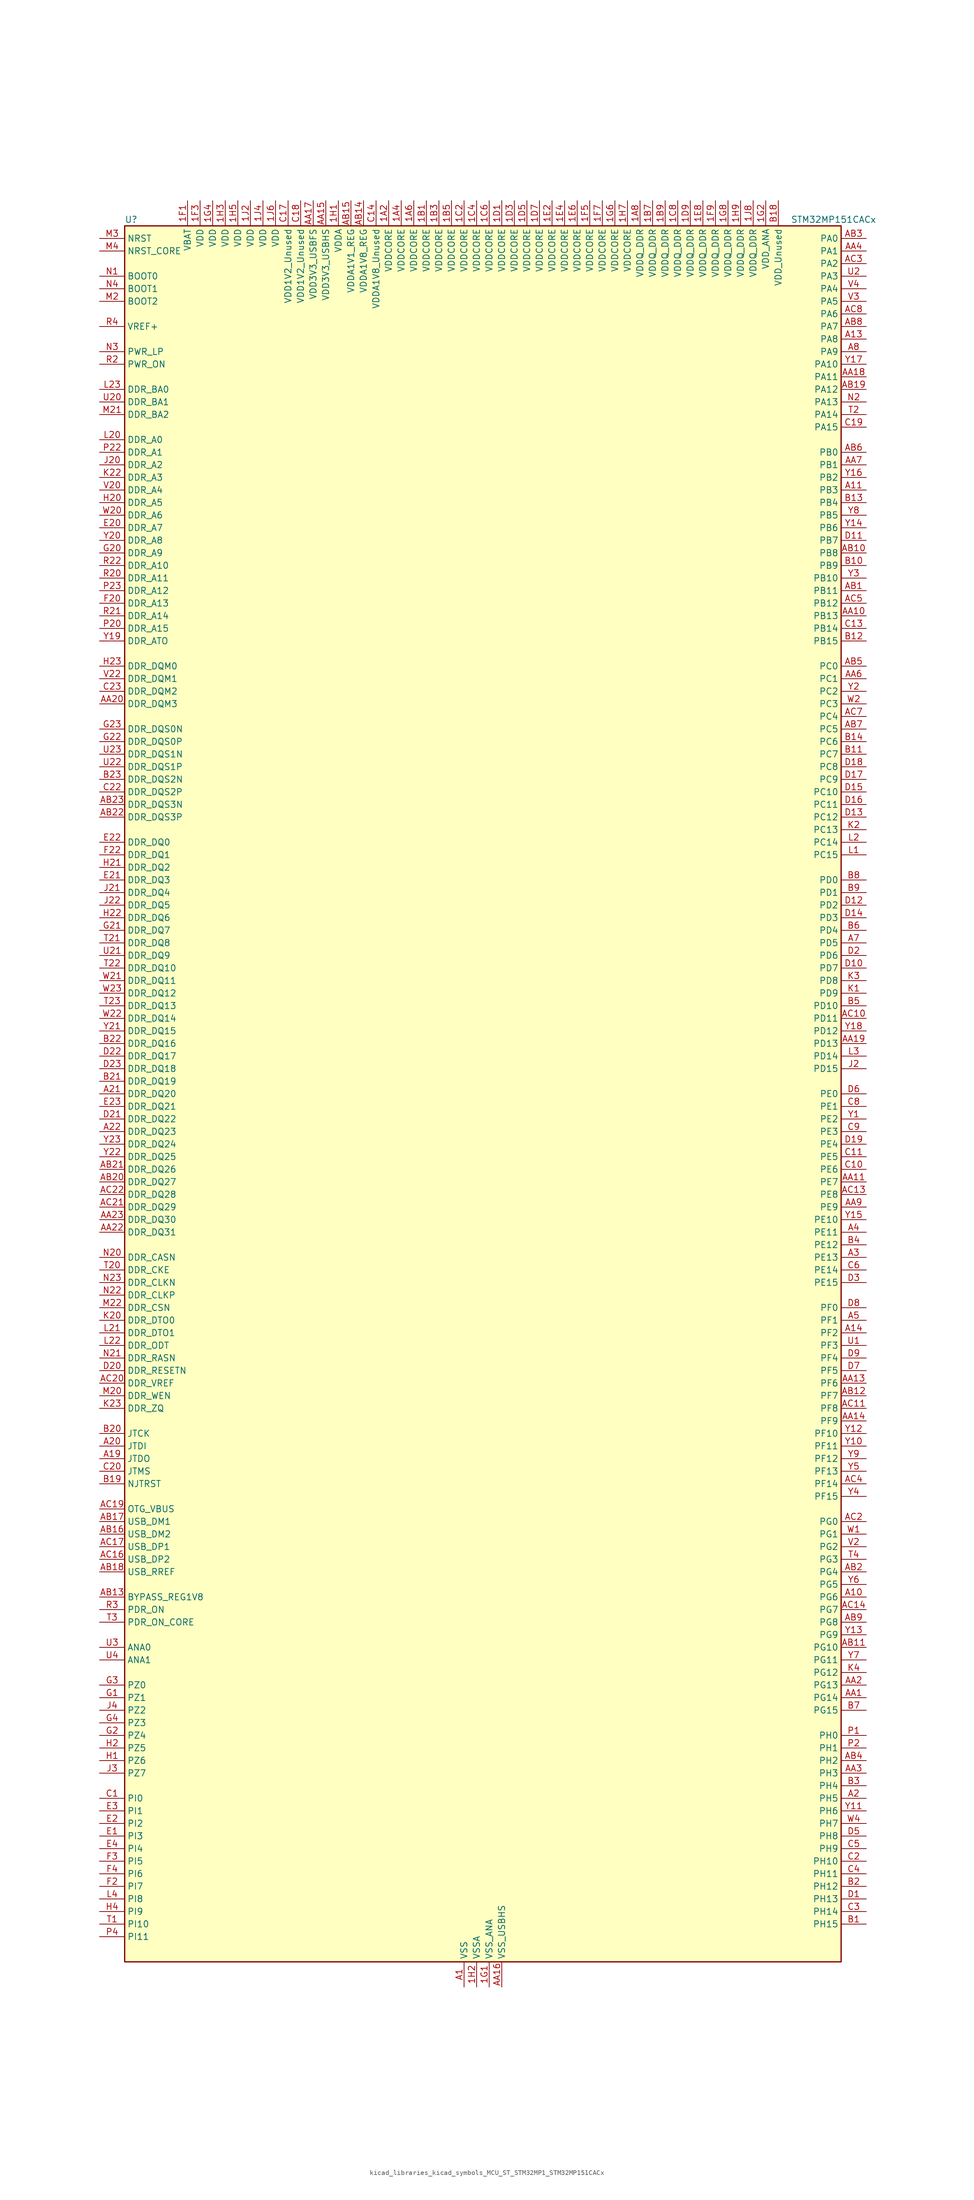
<source format=kicad_sym>
(kicad_symbol_lib
  (version 20220914)
  (generator kicad_symbol_editor)
  (symbol "kicad_libraries_kicad_symbols_MCU_ST_STM32MP1_STM32MP151CACx"
    (property "Reference" "U"
      (at -71.12 176.53 0)
      (effects (font (size 1.27 1.27)) (justify left)))
    (property "Value" "STM32MP151CACx"
      (at 63.5 176.53 0)
      (effects (font (size 1.27 1.27)) (justify left)))
    (property "ki_locked" ""
      (at 0 0 0)
      (effects (font (size 1.27 1.27))))
    (symbol "kicad_libraries_kicad_symbols_MCU_ST_STM32MP1_STM32MP151CACx_0_1"
      (rectangle (start -71.12 -175.26) (end 73.66 175.26) (stroke (width 0.254) (type default)) (fill (type background))))
    (symbol "kicad_libraries_kicad_symbols_MCU_ST_STM32MP1_STM32MP151CACx_1_1"
      (pin power_in line (at -17.78 180.34 270) (length 5.08) (name "VDDCORE" (effects (font (size 1.27 1.27)))) (number "1A2" (effects (font (size 1.27 1.27)))))
      (pin passive line (at -2.54 -180.34 90) (length 5.08) hide (name "VSS" (effects (font (size 1.27 1.27)))) (number "1A3" (effects (font (size 1.27 1.27)))))
      (pin power_in line (at -15.24 180.34 270) (length 5.08) (name "VDDCORE" (effects (font (size 1.27 1.27)))) (number "1A4" (effects (font (size 1.27 1.27)))))
      (pin passive line (at -2.54 -180.34 90) (length 5.08) hide (name "VSS" (effects (font (size 1.27 1.27)))) (number "1A5" (effects (font (size 1.27 1.27)))))
      (pin power_in line (at -12.7 180.34 270) (length 5.08) (name "VDDCORE" (effects (font (size 1.27 1.27)))) (number "1A6" (effects (font (size 1.27 1.27)))))
      (pin passive line (at -2.54 -180.34 90) (length 5.08) hide (name "VSS" (effects (font (size 1.27 1.27)))) (number "1A7" (effects (font (size 1.27 1.27)))))
      (pin power_in line (at 33.02 180.34 270) (length 5.08) (name "VDDQ_DDR" (effects (font (size 1.27 1.27)))) (number "1A8" (effects (font (size 1.27 1.27)))))
      (pin power_in line (at -10.16 180.34 270) (length 5.08) (name "VDDCORE" (effects (font (size 1.27 1.27)))) (number "1B1" (effects (font (size 1.27 1.27)))))
      (pin passive line (at -2.54 -180.34 90) (length 5.08) hide (name "VSS" (effects (font (size 1.27 1.27)))) (number "1B2" (effects (font (size 1.27 1.27)))))
      (pin power_in line (at -7.62 180.34 270) (length 5.08) (name "VDDCORE" (effects (font (size 1.27 1.27)))) (number "1B3" (effects (font (size 1.27 1.27)))))
      (pin passive line (at -2.54 -180.34 90) (length 5.08) hide (name "VSS" (effects (font (size 1.27 1.27)))) (number "1B4" (effects (font (size 1.27 1.27)))))
      (pin power_in line (at -5.08 180.34 270) (length 5.08) (name "VDDCORE" (effects (font (size 1.27 1.27)))) (number "1B5" (effects (font (size 1.27 1.27)))))
      (pin passive line (at -2.54 -180.34 90) (length 5.08) hide (name "VSS" (effects (font (size 1.27 1.27)))) (number "1B6" (effects (font (size 1.27 1.27)))))
      (pin power_in line (at 35.56 180.34 270) (length 5.08) (name "VDDQ_DDR" (effects (font (size 1.27 1.27)))) (number "1B7" (effects (font (size 1.27 1.27)))))
      (pin passive line (at -2.54 -180.34 90) (length 5.08) hide (name "VSS" (effects (font (size 1.27 1.27)))) (number "1B8" (effects (font (size 1.27 1.27)))))
      (pin power_in line (at 38.1 180.34 270) (length 5.08) (name "VDDQ_DDR" (effects (font (size 1.27 1.27)))) (number "1B9" (effects (font (size 1.27 1.27)))))
      (pin passive line (at -2.54 -180.34 90) (length 5.08) hide (name "VSS" (effects (font (size 1.27 1.27)))) (number "1C1" (effects (font (size 1.27 1.27)))))
      (pin power_in line (at -2.54 180.34 270) (length 5.08) (name "VDDCORE" (effects (font (size 1.27 1.27)))) (number "1C2" (effects (font (size 1.27 1.27)))))
      (pin passive line (at -2.54 -180.34 90) (length 5.08) hide (name "VSS" (effects (font (size 1.27 1.27)))) (number "1C3" (effects (font (size 1.27 1.27)))))
      (pin power_in line (at 0 180.34 270) (length 5.08) (name "VDDCORE" (effects (font (size 1.27 1.27)))) (number "1C4" (effects (font (size 1.27 1.27)))))
      (pin passive line (at -2.54 -180.34 90) (length 5.08) hide (name "VSS" (effects (font (size 1.27 1.27)))) (number "1C5" (effects (font (size 1.27 1.27)))))
      (pin power_in line (at 2.54 180.34 270) (length 5.08) (name "VDDCORE" (effects (font (size 1.27 1.27)))) (number "1C6" (effects (font (size 1.27 1.27)))))
      (pin passive line (at -2.54 -180.34 90) (length 5.08) hide (name "VSS" (effects (font (size 1.27 1.27)))) (number "1C7" (effects (font (size 1.27 1.27)))))
      (pin power_in line (at 40.64 180.34 270) (length 5.08) (name "VDDQ_DDR" (effects (font (size 1.27 1.27)))) (number "1C8" (effects (font (size 1.27 1.27)))))
      (pin passive line (at -2.54 -180.34 90) (length 5.08) hide (name "VSS" (effects (font (size 1.27 1.27)))) (number "1C9" (effects (font (size 1.27 1.27)))))
      (pin power_in line (at 5.08 180.34 270) (length 5.08) (name "VDDCORE" (effects (font (size 1.27 1.27)))) (number "1D1" (effects (font (size 1.27 1.27)))))
      (pin passive line (at -2.54 -180.34 90) (length 5.08) hide (name "VSS" (effects (font (size 1.27 1.27)))) (number "1D2" (effects (font (size 1.27 1.27)))))
      (pin power_in line (at 7.62 180.34 270) (length 5.08) (name "VDDCORE" (effects (font (size 1.27 1.27)))) (number "1D3" (effects (font (size 1.27 1.27)))))
      (pin passive line (at -2.54 -180.34 90) (length 5.08) hide (name "VSS" (effects (font (size 1.27 1.27)))) (number "1D4" (effects (font (size 1.27 1.27)))))
      (pin power_in line (at 10.16 180.34 270) (length 5.08) (name "VDDCORE" (effects (font (size 1.27 1.27)))) (number "1D5" (effects (font (size 1.27 1.27)))))
      (pin passive line (at -2.54 -180.34 90) (length 5.08) hide (name "VSS" (effects (font (size 1.27 1.27)))) (number "1D6" (effects (font (size 1.27 1.27)))))
      (pin power_in line (at 12.7 180.34 270) (length 5.08) (name "VDDCORE" (effects (font (size 1.27 1.27)))) (number "1D7" (effects (font (size 1.27 1.27)))))
      (pin passive line (at -2.54 -180.34 90) (length 5.08) hide (name "VSS" (effects (font (size 1.27 1.27)))) (number "1D8" (effects (font (size 1.27 1.27)))))
      (pin power_in line (at 43.18 180.34 270) (length 5.08) (name "VDDQ_DDR" (effects (font (size 1.27 1.27)))) (number "1D9" (effects (font (size 1.27 1.27)))))
      (pin passive line (at -2.54 -180.34 90) (length 5.08) hide (name "VSS" (effects (font (size 1.27 1.27)))) (number "1E1" (effects (font (size 1.27 1.27)))))
      (pin power_in line (at 15.24 180.34 270) (length 5.08) (name "VDDCORE" (effects (font (size 1.27 1.27)))) (number "1E2" (effects (font (size 1.27 1.27)))))
      (pin passive line (at -2.54 -180.34 90) (length 5.08) hide (name "VSS" (effects (font (size 1.27 1.27)))) (number "1E3" (effects (font (size 1.27 1.27)))))
      (pin power_in line (at 17.78 180.34 270) (length 5.08) (name "VDDCORE" (effects (font (size 1.27 1.27)))) (number "1E4" (effects (font (size 1.27 1.27)))))
      (pin passive line (at -2.54 -180.34 90) (length 5.08) hide (name "VSS" (effects (font (size 1.27 1.27)))) (number "1E5" (effects (font (size 1.27 1.27)))))
      (pin power_in line (at 20.32 180.34 270) (length 5.08) (name "VDDCORE" (effects (font (size 1.27 1.27)))) (number "1E6" (effects (font (size 1.27 1.27)))))
      (pin passive line (at -2.54 -180.34 90) (length 5.08) hide (name "VSS" (effects (font (size 1.27 1.27)))) (number "1E7" (effects (font (size 1.27 1.27)))))
      (pin power_in line (at 45.72 180.34 270) (length 5.08) (name "VDDQ_DDR" (effects (font (size 1.27 1.27)))) (number "1E8" (effects (font (size 1.27 1.27)))))
      (pin passive line (at -2.54 -180.34 90) (length 5.08) hide (name "VSS" (effects (font (size 1.27 1.27)))) (number "1E9" (effects (font (size 1.27 1.27)))))
      (pin power_in line (at -58.42 180.34 270) (length 5.08) (name "VBAT" (effects (font (size 1.27 1.27)))) (number "1F1" (effects (font (size 1.27 1.27)))))
      (pin passive line (at -2.54 -180.34 90) (length 5.08) hide (name "VSS" (effects (font (size 1.27 1.27)))) (number "1F2" (effects (font (size 1.27 1.27)))))
      (pin power_in line (at -55.88 180.34 270) (length 5.08) (name "VDD" (effects (font (size 1.27 1.27)))) (number "1F3" (effects (font (size 1.27 1.27)))))
      (pin passive line (at -2.54 -180.34 90) (length 5.08) hide (name "VSS" (effects (font (size 1.27 1.27)))) (number "1F4" (effects (font (size 1.27 1.27)))))
      (pin power_in line (at 22.86 180.34 270) (length 5.08) (name "VDDCORE" (effects (font (size 1.27 1.27)))) (number "1F5" (effects (font (size 1.27 1.27)))))
      (pin passive line (at -2.54 -180.34 90) (length 5.08) hide (name "VSS" (effects (font (size 1.27 1.27)))) (number "1F6" (effects (font (size 1.27 1.27)))))
      (pin power_in line (at 25.4 180.34 270) (length 5.08) (name "VDDCORE" (effects (font (size 1.27 1.27)))) (number "1F7" (effects (font (size 1.27 1.27)))))
      (pin passive line (at -2.54 -180.34 90) (length 5.08) hide (name "VSS" (effects (font (size 1.27 1.27)))) (number "1F8" (effects (font (size 1.27 1.27)))))
      (pin power_in line (at 48.26 180.34 270) (length 5.08) (name "VDDQ_DDR" (effects (font (size 1.27 1.27)))) (number "1F9" (effects (font (size 1.27 1.27)))))
      (pin power_in line (at 2.54 -180.34 90) (length 5.08) (name "VSS_ANA" (effects (font (size 1.27 1.27)))) (number "1G1" (effects (font (size 1.27 1.27)))))
      (pin power_in line (at 58.42 180.34 270) (length 5.08) (name "VDD_ANA" (effects (font (size 1.27 1.27)))) (number "1G2" (effects (font (size 1.27 1.27)))))
      (pin passive line (at -2.54 -180.34 90) (length 5.08) hide (name "VSS" (effects (font (size 1.27 1.27)))) (number "1G3" (effects (font (size 1.27 1.27)))))
      (pin power_in line (at -53.34 180.34 270) (length 5.08) (name "VDD" (effects (font (size 1.27 1.27)))) (number "1G4" (effects (font (size 1.27 1.27)))))
      (pin passive line (at -2.54 -180.34 90) (length 5.08) hide (name "VSS" (effects (font (size 1.27 1.27)))) (number "1G5" (effects (font (size 1.27 1.27)))))
      (pin power_in line (at 27.94 180.34 270) (length 5.08) (name "VDDCORE" (effects (font (size 1.27 1.27)))) (number "1G6" (effects (font (size 1.27 1.27)))))
      (pin passive line (at -2.54 -180.34 90) (length 5.08) hide (name "VSS" (effects (font (size 1.27 1.27)))) (number "1G7" (effects (font (size 1.27 1.27)))))
      (pin power_in line (at 50.8 180.34 270) (length 5.08) (name "VDDQ_DDR" (effects (font (size 1.27 1.27)))) (number "1G8" (effects (font (size 1.27 1.27)))))
      (pin passive line (at -2.54 -180.34 90) (length 5.08) hide (name "VSS" (effects (font (size 1.27 1.27)))) (number "1G9" (effects (font (size 1.27 1.27)))))
      (pin power_in line (at -27.94 180.34 270) (length 5.08) (name "VDDA" (effects (font (size 1.27 1.27)))) (number "1H1" (effects (font (size 1.27 1.27)))))
      (pin power_in line (at 0 -180.34 90) (length 5.08) (name "VSSA" (effects (font (size 1.27 1.27)))) (number "1H2" (effects (font (size 1.27 1.27)))))
      (pin power_in line (at -50.8 180.34 270) (length 5.08) (name "VDD" (effects (font (size 1.27 1.27)))) (number "1H3" (effects (font (size 1.27 1.27)))))
      (pin passive line (at -2.54 -180.34 90) (length 5.08) hide (name "VSS" (effects (font (size 1.27 1.27)))) (number "1H4" (effects (font (size 1.27 1.27)))))
      (pin power_in line (at -48.26 180.34 270) (length 5.08) (name "VDD" (effects (font (size 1.27 1.27)))) (number "1H5" (effects (font (size 1.27 1.27)))))
      (pin passive line (at -2.54 -180.34 90) (length 5.08) hide (name "VSS" (effects (font (size 1.27 1.27)))) (number "1H6" (effects (font (size 1.27 1.27)))))
      (pin power_in line (at 30.48 180.34 270) (length 5.08) (name "VDDCORE" (effects (font (size 1.27 1.27)))) (number "1H7" (effects (font (size 1.27 1.27)))))
      (pin passive line (at -2.54 -180.34 90) (length 5.08) hide (name "VSS" (effects (font (size 1.27 1.27)))) (number "1H8" (effects (font (size 1.27 1.27)))))
      (pin power_in line (at 53.34 180.34 270) (length 5.08) (name "VDDQ_DDR" (effects (font (size 1.27 1.27)))) (number "1H9" (effects (font (size 1.27 1.27)))))
      (pin power_in line (at -45.72 180.34 270) (length 5.08) (name "VDD" (effects (font (size 1.27 1.27)))) (number "1J2" (effects (font (size 1.27 1.27)))))
      (pin passive line (at -2.54 -180.34 90) (length 5.08) hide (name "VSS" (effects (font (size 1.27 1.27)))) (number "1J3" (effects (font (size 1.27 1.27)))))
      (pin power_in line (at -43.18 180.34 270) (length 5.08) (name "VDD" (effects (font (size 1.27 1.27)))) (number "1J4" (effects (font (size 1.27 1.27)))))
      (pin passive line (at -2.54 -180.34 90) (length 5.08) hide (name "VSS" (effects (font (size 1.27 1.27)))) (number "1J5" (effects (font (size 1.27 1.27)))))
      (pin power_in line (at -40.64 180.34 270) (length 5.08) (name "VDD" (effects (font (size 1.27 1.27)))) (number "1J6" (effects (font (size 1.27 1.27)))))
      (pin passive line (at -2.54 -180.34 90) (length 5.08) hide (name "VSS" (effects (font (size 1.27 1.27)))) (number "1J7" (effects (font (size 1.27 1.27)))))
      (pin power_in line (at 55.88 180.34 270) (length 5.08) (name "VDDQ_DDR" (effects (font (size 1.27 1.27)))) (number "1J8" (effects (font (size 1.27 1.27)))))
      (pin power_in line (at -2.54 -180.34 90) (length 5.08) (name "VSS" (effects (font (size 1.27 1.27)))) (number "A1" (effects (font (size 1.27 1.27)))))
      (pin bidirectional line (at 78.74 -101.6 180) (length 5.08) (name "PG6" (effects (font (size 1.27 1.27)))) (number "A10" (effects (font (size 1.27 1.27)))) (alternate "DCMI_D12" bidirectional line) (alternate "DEBUG_TRACED14" bidirectional line) (alternate "LTDC_R7" bidirectional line) (alternate "SDMMC2_CMD" bidirectional line) (alternate "TIM17_BKIN" bidirectional line))
      (pin bidirectional line (at 78.74 121.92 180) (length 5.08) (name "PB3" (effects (font (size 1.27 1.27)))) (number "A11" (effects (font (size 1.27 1.27)))) (alternate "DEBUG_TRACED9" bidirectional line) (alternate "I2S1_CK" bidirectional line) (alternate "I2S3_CK" bidirectional line) (alternate "SAI4_CK1" bidirectional line) (alternate "SAI4_MCLK_A" bidirectional line) (alternate "SDMMC2_D2" bidirectional line) (alternate "SPI1_SCK" bidirectional line) (alternate "SPI3_SCK" bidirectional line) (alternate "SPI6_SCK" bidirectional line) (alternate "TIM2_CH2" bidirectional line) (alternate "UART7_RX" bidirectional line))
      (pin bidirectional line (at 78.74 152.4 180) (length 5.08) (name "PA8" (effects (font (size 1.27 1.27)))) (number "A13" (effects (font (size 1.27 1.27)))) (alternate "I2C3_SCL" bidirectional line) (alternate "I2S3_SDO" bidirectional line) (alternate "LTDC_R6" bidirectional line) (alternate "RCC_MCO_1" bidirectional line) (alternate "SAI4_SD_B" bidirectional line) (alternate "SDMMC2_CKIN" bidirectional line) (alternate "SDMMC2_D4" bidirectional line) (alternate "SPI3_MOSI" bidirectional line) (alternate "TIM1_CH1" bidirectional line) (alternate "TIM8_BKIN2" bidirectional line) (alternate "UART7_RX" bidirectional line) (alternate "USART1_CK" bidirectional line) (alternate "USB_OTG_HS_SOF" bidirectional line))
      (pin bidirectional line (at 78.74 -48.26 180) (length 5.08) (name "PF2" (effects (font (size 1.27 1.27)))) (number "A14" (effects (font (size 1.27 1.27)))) (alternate "FMC_A2" bidirectional line) (alternate "I2C2_SMBA" bidirectional line) (alternate "SDMMC1_D0DIR" bidirectional line) (alternate "SDMMC2_D0DIR" bidirectional line) (alternate "SDMMC3_D0DIR" bidirectional line))
      (pin no_connect line (at -71.12 -175.26 0) (length 5.08) hide (name "DNU" (effects (font (size 1.27 1.27)))) (number "A16" (effects (font (size 1.27 1.27)))))
      (pin no_connect line (at -71.12 -172.72 0) (length 5.08) hide (name "DNU" (effects (font (size 1.27 1.27)))) (number "A17" (effects (font (size 1.27 1.27)))))
      (pin bidirectional line (at -76.2 -73.66 0) (length 5.08) (name "JTDO" (effects (font (size 1.27 1.27)))) (number "A19" (effects (font (size 1.27 1.27)))) (alternate "DEBUG_JTDO-SWO" bidirectional line))
      (pin bidirectional line (at 78.74 -142.24 180) (length 5.08) (name "PH5" (effects (font (size 1.27 1.27)))) (number "A2" (effects (font (size 1.27 1.27)))) (alternate "I2C2_SDA" bidirectional line) (alternate "SAI4_SD_B" bidirectional line) (alternate "SPI5_NSS" bidirectional line))
      (pin bidirectional line (at -76.2 -71.12 0) (length 5.08) (name "JTDI" (effects (font (size 1.27 1.27)))) (number "A20" (effects (font (size 1.27 1.27)))) (alternate "DEBUG_JTDI" bidirectional line))
      (pin bidirectional line (at -76.2 0 0) (length 5.08) (name "DDR_DQ20" (effects (font (size 1.27 1.27)))) (number "A21" (effects (font (size 1.27 1.27)))) (alternate "DDR_DQ20" bidirectional line))
      (pin bidirectional line (at -76.2 -7.62 0) (length 5.08) (name "DDR_DQ23" (effects (font (size 1.27 1.27)))) (number "A22" (effects (font (size 1.27 1.27)))) (alternate "DDR_DQ23" bidirectional line))
      (pin passive line (at -2.54 -180.34 90) (length 5.08) hide (name "VSS" (effects (font (size 1.27 1.27)))) (number "A23" (effects (font (size 1.27 1.27)))))
      (pin bidirectional line (at 78.74 -33.02 180) (length 5.08) (name "PE13" (effects (font (size 1.27 1.27)))) (number "A3" (effects (font (size 1.27 1.27)))) (alternate "DCMI_D6" bidirectional line) (alternate "DFSDM1_CKIN5" bidirectional line) (alternate "FMC_D10" bidirectional line) (alternate "FMC_DA10" bidirectional line) (alternate "HDP_HDP2" bidirectional line) (alternate "LTDC_DE" bidirectional line) (alternate "SAI2_FS_B" bidirectional line) (alternate "SPI4_MISO" bidirectional line) (alternate "TIM1_CH3" bidirectional line))
      (pin bidirectional line (at 78.74 -27.94 180) (length 5.08) (name "PE11" (effects (font (size 1.27 1.27)))) (number "A4" (effects (font (size 1.27 1.27)))) (alternate "ADC1_EXTI11" bidirectional line) (alternate "ADC2_EXTI11" bidirectional line) (alternate "DCMI_D4" bidirectional line) (alternate "DFSDM1_CKIN4" bidirectional line) (alternate "FMC_D8" bidirectional line) (alternate "FMC_DA8" bidirectional line) (alternate "LTDC_G3" bidirectional line) (alternate "SAI2_SD_B" bidirectional line) (alternate "SPI4_NSS" bidirectional line) (alternate "TIM1_CH2" bidirectional line) (alternate "USART6_CK" bidirectional line))
      (pin bidirectional line (at 78.74 -45.72 180) (length 5.08) (name "PF1" (effects (font (size 1.27 1.27)))) (number "A5" (effects (font (size 1.27 1.27)))) (alternate "FMC_A1" bidirectional line) (alternate "I2C2_SCL" bidirectional line) (alternate "SDMMC3_CDIR" bidirectional line) (alternate "SDMMC3_CMD" bidirectional line))
      (pin bidirectional line (at 78.74 30.48 180) (length 5.08) (name "PD5" (effects (font (size 1.27 1.27)))) (number "A7" (effects (font (size 1.27 1.27)))) (alternate "FMC_NWE" bidirectional line) (alternate "SDMMC3_D2" bidirectional line) (alternate "USART2_TX" bidirectional line))
      (pin bidirectional line (at 78.74 149.86 180) (length 5.08) (name "PA9" (effects (font (size 1.27 1.27)))) (number "A8" (effects (font (size 1.27 1.27)))) (alternate "DAC1_EXTI9" bidirectional line) (alternate "DCMI_D0" bidirectional line) (alternate "I2C3_SMBA" bidirectional line) (alternate "I2S2_CK" bidirectional line) (alternate "LTDC_R5" bidirectional line) (alternate "SDMMC2_CDIR" bidirectional line) (alternate "SDMMC2_D5" bidirectional line) (alternate "SPI2_SCK" bidirectional line) (alternate "TIM1_CH2" bidirectional line) (alternate "USART1_TX" bidirectional line))
      (pin bidirectional line (at 78.74 -121.92 180) (length 5.08) (name "PG14" (effects (font (size 1.27 1.27)))) (number "AA1" (effects (font (size 1.27 1.27)))) (alternate "DEBUG_TRACED1" bidirectional line) (alternate "ETH1_TXD1" bidirectional line) (alternate "FMC_A25" bidirectional line) (alternate "LPTIM1_ETR" bidirectional line) (alternate "LTDC_B0" bidirectional line) (alternate "QUADSPI_BK2_IO3" bidirectional line) (alternate "SAI4_D1" bidirectional line) (alternate "SAI4_SD_A" bidirectional line) (alternate "SPI6_MOSI" bidirectional line) (alternate "USART6_TX" bidirectional line))
      (pin bidirectional line (at 78.74 96.52 180) (length 5.08) (name "PB13" (effects (font (size 1.27 1.27)))) (number "AA10" (effects (font (size 1.27 1.27)))) (alternate "DFSDM1_CKIN1" bidirectional line) (alternate "DFSDM1_CKOUT" bidirectional line) (alternate "ETH1_TXD1" bidirectional line) (alternate "I2S2_CK" bidirectional line) (alternate "LPTIM2_OUT" bidirectional line) (alternate "SPI2_SCK" bidirectional line) (alternate "TIM1_CH1N" bidirectional line) (alternate "UART5_TX" bidirectional line) (alternate "USART3_CTS" bidirectional line) (alternate "USART3_NSS" bidirectional line))
      (pin bidirectional line (at 78.74 -17.78 180) (length 5.08) (name "PE7" (effects (font (size 1.27 1.27)))) (number "AA11" (effects (font (size 1.27 1.27)))) (alternate "DFSDM1_DATIN2" bidirectional line) (alternate "FMC_D4" bidirectional line) (alternate "FMC_DA4" bidirectional line) (alternate "QUADSPI_BK2_IO0" bidirectional line) (alternate "TIM1_ETR" bidirectional line) (alternate "TIM3_ETR" bidirectional line) (alternate "UART7_RX" bidirectional line))
      (pin passive line (at -2.54 -180.34 90) (length 5.08) hide (name "VSS" (effects (font (size 1.27 1.27)))) (number "AA12" (effects (font (size 1.27 1.27)))))
      (pin bidirectional line (at 78.74 -58.42 180) (length 5.08) (name "PF6" (effects (font (size 1.27 1.27)))) (number "AA13" (effects (font (size 1.27 1.27)))) (alternate "QUADSPI_BK1_IO3" bidirectional line) (alternate "SAI1_SD_B" bidirectional line) (alternate "SAI4_SCK_B" bidirectional line) (alternate "SPI5_NSS" bidirectional line) (alternate "TIM16_CH1" bidirectional line) (alternate "UART7_RX" bidirectional line))
      (pin bidirectional line (at 78.74 -66.04 180) (length 5.08) (name "PF9" (effects (font (size 1.27 1.27)))) (number "AA14" (effects (font (size 1.27 1.27)))) (alternate "DAC1_EXTI9" bidirectional line) (alternate "DEBUG_TRACED13" bidirectional line) (alternate "QUADSPI_BK1_IO1" bidirectional line) (alternate "SAI1_FS_B" bidirectional line) (alternate "SPI5_MOSI" bidirectional line) (alternate "TIM14_CH1" bidirectional line) (alternate "TIM17_CH1N" bidirectional line) (alternate "UART7_CTS" bidirectional line))
      (pin power_in line (at -30.48 180.34 270) (length 5.08) (name "VDD3V3_USBHS" (effects (font (size 1.27 1.27)))) (number "AA15" (effects (font (size 1.27 1.27)))))
      (pin power_in line (at 5.08 -180.34 90) (length 5.08) (name "VSS_USBHS" (effects (font (size 1.27 1.27)))) (number "AA16" (effects (font (size 1.27 1.27)))))
      (pin power_in line (at -33.02 180.34 270) (length 5.08) (name "VDD3V3_USBFS" (effects (font (size 1.27 1.27)))) (number "AA17" (effects (font (size 1.27 1.27)))))
      (pin bidirectional line (at 78.74 144.78 180) (length 5.08) (name "PA11" (effects (font (size 1.27 1.27)))) (number "AA18" (effects (font (size 1.27 1.27)))) (alternate "ADC1_EXTI11" bidirectional line) (alternate "ADC2_EXTI11" bidirectional line) (alternate "I2C5_SCL" bidirectional line) (alternate "I2C6_SCL" bidirectional line) (alternate "I2S2_WS" bidirectional line) (alternate "LTDC_R4" bidirectional line) (alternate "SPI2_NSS" bidirectional line) (alternate "TIM1_CH4" bidirectional line) (alternate "UART4_RX" bidirectional line) (alternate "USART1_CTS" bidirectional line) (alternate "USART1_NSS" bidirectional line))
      (pin bidirectional line (at 78.74 10.16 180) (length 5.08) (name "PD13" (effects (font (size 1.27 1.27)))) (number "AA19" (effects (font (size 1.27 1.27)))) (alternate "FMC_A18" bidirectional line) (alternate "I2C1_SDA" bidirectional line) (alternate "I2C4_SDA" bidirectional line) (alternate "I2S3_MCK" bidirectional line) (alternate "LPTIM1_OUT" bidirectional line) (alternate "QUADSPI_BK1_IO3" bidirectional line) (alternate "SAI2_SCK_A" bidirectional line) (alternate "TIM4_CH2" bidirectional line))
      (pin bidirectional line (at 78.74 -119.38 180) (length 5.08) (name "PG13" (effects (font (size 1.27 1.27)))) (number "AA2" (effects (font (size 1.27 1.27)))) (alternate "DEBUG_TRACED0" bidirectional line) (alternate "ETH1_TXD0" bidirectional line) (alternate "FMC_A24" bidirectional line) (alternate "LPTIM1_OUT" bidirectional line) (alternate "LTDC_R0" bidirectional line) (alternate "SAI1_CK2" bidirectional line) (alternate "SAI1_SCK_A" bidirectional line) (alternate "SAI4_CK1" bidirectional line) (alternate "SAI4_MCLK_A" bidirectional line) (alternate "SPI6_SCK" bidirectional line) (alternate "USART6_CTS" bidirectional line) (alternate "USART6_NSS" bidirectional line))
      (pin bidirectional line (at -76.2 78.74 0) (length 5.08) (name "DDR_DQM3" (effects (font (size 1.27 1.27)))) (number "AA20" (effects (font (size 1.27 1.27)))) (alternate "DDR_DQM3" bidirectional line))
      (pin passive line (at -2.54 -180.34 90) (length 5.08) hide (name "VSS" (effects (font (size 1.27 1.27)))) (number "AA21" (effects (font (size 1.27 1.27)))))
      (pin bidirectional line (at -76.2 -27.94 0) (length 5.08) (name "DDR_DQ31" (effects (font (size 1.27 1.27)))) (number "AA22" (effects (font (size 1.27 1.27)))) (alternate "DDR_DQ31" bidirectional line))
      (pin bidirectional line (at -76.2 -25.4 0) (length 5.08) (name "DDR_DQ30" (effects (font (size 1.27 1.27)))) (number "AA23" (effects (font (size 1.27 1.27)))) (alternate "DDR_DQ30" bidirectional line))
      (pin bidirectional line (at 78.74 -137.16 180) (length 5.08) (name "PH3" (effects (font (size 1.27 1.27)))) (number "AA3" (effects (font (size 1.27 1.27)))) (alternate "DFSDM1_CKIN4" bidirectional line) (alternate "ETH1_COL" bidirectional line) (alternate "LTDC_R1" bidirectional line) (alternate "QUADSPI_BK2_IO1" bidirectional line) (alternate "SAI2_MCLK_B" bidirectional line))
      (pin bidirectional line (at 78.74 170.18 180) (length 5.08) (name "PA1" (effects (font (size 1.27 1.27)))) (number "AA4" (effects (font (size 1.27 1.27)))) (alternate "ADC1_INN16" bidirectional line) (alternate "ADC1_INP17" bidirectional line) (alternate "ETH1_CLK" bidirectional line) (alternate "ETH1_REF_CLK" bidirectional line) (alternate "ETH1_RX_CLK" bidirectional line) (alternate "LPTIM3_OUT" bidirectional line) (alternate "LTDC_R2" bidirectional line) (alternate "QUADSPI_BK1_IO3" bidirectional line) (alternate "SAI2_MCLK_B" bidirectional line) (alternate "TIM15_CH1N" bidirectional line) (alternate "TIM2_CH2" bidirectional line) (alternate "TIM5_CH2" bidirectional line) (alternate "UART4_RX" bidirectional line) (alternate "USART2_DE" bidirectional line) (alternate "USART2_RTS" bidirectional line))
      (pin passive line (at -2.54 -180.34 90) (length 5.08) hide (name "VSS" (effects (font (size 1.27 1.27)))) (number "AA5" (effects (font (size 1.27 1.27)))))
      (pin bidirectional line (at 78.74 83.82 180) (length 5.08) (name "PC1" (effects (font (size 1.27 1.27)))) (number "AA6" (effects (font (size 1.27 1.27)))) (alternate "ADC1_INN10" bidirectional line) (alternate "ADC1_INP11" bidirectional line) (alternate "ADC2_INN10" bidirectional line) (alternate "ADC2_INP11" bidirectional line) (alternate "DEBUG_TRACED0" bidirectional line) (alternate "DFSDM1_CKIN4" bidirectional line) (alternate "DFSDM1_DATIN0" bidirectional line) (alternate "ETH1_MDC" bidirectional line) (alternate "I2S2_SDO" bidirectional line) (alternate "PWR_WKUP6" bidirectional line) (alternate "SAI1_D1" bidirectional line) (alternate "SAI1_SD_A" bidirectional line) (alternate "SDMMC2_CK" bidirectional line) (alternate "SPI2_MOSI" bidirectional line) (alternate "TAMP_IN3" bidirectional line))
      (pin bidirectional line (at 78.74 127 180) (length 5.08) (name "PB1" (effects (font (size 1.27 1.27)))) (number "AA7" (effects (font (size 1.27 1.27)))) (alternate "ADC1_INP5" bidirectional line) (alternate "ADC2_INP5" bidirectional line) (alternate "DFSDM1_DATIN1" bidirectional line) (alternate "ETH1_RXD3" bidirectional line) (alternate "LTDC_G0" bidirectional line) (alternate "LTDC_R6" bidirectional line) (alternate "TIM1_CH3N" bidirectional line) (alternate "TIM3_CH4" bidirectional line) (alternate "TIM8_CH3N" bidirectional line))
      (pin passive line (at -2.54 -180.34 90) (length 5.08) hide (name "VSS" (effects (font (size 1.27 1.27)))) (number "AA8" (effects (font (size 1.27 1.27)))))
      (pin bidirectional line (at 78.74 -22.86 180) (length 5.08) (name "PE9" (effects (font (size 1.27 1.27)))) (number "AA9" (effects (font (size 1.27 1.27)))) (alternate "DAC1_EXTI9" bidirectional line) (alternate "DFSDM1_CKOUT" bidirectional line) (alternate "FMC_D6" bidirectional line) (alternate "FMC_DA6" bidirectional line) (alternate "QUADSPI_BK2_IO2" bidirectional line) (alternate "TIM1_CH1" bidirectional line) (alternate "UART7_DE" bidirectional line) (alternate "UART7_RTS" bidirectional line))
      (pin bidirectional line (at 78.74 101.6 180) (length 5.08) (name "PB11" (effects (font (size 1.27 1.27)))) (number "AB1" (effects (font (size 1.27 1.27)))) (alternate "ADC1_EXTI11" bidirectional line) (alternate "ADC2_EXTI11" bidirectional line) (alternate "DFSDM1_CKIN7" bidirectional line) (alternate "ETH1_TX_CTL" bidirectional line) (alternate "ETH1_TX_EN" bidirectional line) (alternate "I2C2_SDA" bidirectional line) (alternate "LPTIM2_ETR" bidirectional line) (alternate "LTDC_G5" bidirectional line) (alternate "TIM2_CH4" bidirectional line) (alternate "USART3_RX" bidirectional line))
      (pin bidirectional line (at 78.74 109.22 180) (length 5.08) (name "PB8" (effects (font (size 1.27 1.27)))) (number "AB10" (effects (font (size 1.27 1.27)))) (alternate "DCMI_D6" bidirectional line) (alternate "DFSDM1_CKIN7" bidirectional line) (alternate "ETH1_TXD3" bidirectional line) (alternate "HDP_HDP6" bidirectional line) (alternate "I2C1_SCL" bidirectional line) (alternate "I2C4_SCL" bidirectional line) (alternate "LTDC_B6" bidirectional line) (alternate "SDMMC1_CKIN" bidirectional line) (alternate "SDMMC1_D4" bidirectional line) (alternate "SDMMC2_CKIN" bidirectional line) (alternate "SDMMC2_D4" bidirectional line) (alternate "TIM16_CH1" bidirectional line) (alternate "TIM4_CH3" bidirectional line) (alternate "UART4_RX" bidirectional line))
      (pin bidirectional line (at 78.74 -111.76 180) (length 5.08) (name "PG10" (effects (font (size 1.27 1.27)))) (number "AB11" (effects (font (size 1.27 1.27)))) (alternate "DCMI_D2" bidirectional line) (alternate "DEBUG_TRACED10" bidirectional line) (alternate "FMC_NE3" bidirectional line) (alternate "LTDC_B2" bidirectional line) (alternate "LTDC_G3" bidirectional line) (alternate "QUADSPI_BK2_IO2" bidirectional line) (alternate "SAI2_SD_B" bidirectional line) (alternate "UART8_CTS" bidirectional line))
      (pin bidirectional line (at 78.74 -60.96 180) (length 5.08) (name "PF7" (effects (font (size 1.27 1.27)))) (number "AB12" (effects (font (size 1.27 1.27)))) (alternate "QUADSPI_BK1_IO2" bidirectional line) (alternate "SAI1_MCLK_B" bidirectional line) (alternate "SPI5_SCK" bidirectional line) (alternate "TIM17_CH1" bidirectional line) (alternate "UART7_TX" bidirectional line))
      (pin bidirectional line (at -76.2 -101.6 0) (length 5.08) (name "BYPASS_REG1V8" (effects (font (size 1.27 1.27)))) (number "AB13" (effects (font (size 1.27 1.27)))))
      (pin power_in line (at -22.86 180.34 270) (length 5.08) (name "VDDA1V8_REG" (effects (font (size 1.27 1.27)))) (number "AB14" (effects (font (size 1.27 1.27)))))
      (pin power_in line (at -25.4 180.34 270) (length 5.08) (name "VDDA1V1_REG" (effects (font (size 1.27 1.27)))) (number "AB15" (effects (font (size 1.27 1.27)))))
      (pin bidirectional line (at -76.2 -88.9 0) (length 5.08) (name "USB_DM2" (effects (font (size 1.27 1.27)))) (number "AB16" (effects (font (size 1.27 1.27)))) (alternate "USBH_HS2_DM" bidirectional line) (alternate "USB_OTG_HS_DM" bidirectional line))
      (pin bidirectional line (at -76.2 -86.36 0) (length 5.08) (name "USB_DM1" (effects (font (size 1.27 1.27)))) (number "AB17" (effects (font (size 1.27 1.27)))) (alternate "USBH_HS1_DM" bidirectional line))
      (pin bidirectional line (at -76.2 -96.52 0) (length 5.08) (name "USB_RREF" (effects (font (size 1.27 1.27)))) (number "AB18" (effects (font (size 1.27 1.27)))))
      (pin bidirectional line (at 78.74 142.24 180) (length 5.08) (name "PA12" (effects (font (size 1.27 1.27)))) (number "AB19" (effects (font (size 1.27 1.27)))) (alternate "I2C5_SDA" bidirectional line) (alternate "I2C6_SDA" bidirectional line) (alternate "LTDC_R5" bidirectional line) (alternate "SAI2_FS_B" bidirectional line) (alternate "TIM1_ETR" bidirectional line) (alternate "UART4_TX" bidirectional line) (alternate "USART1_DE" bidirectional line) (alternate "USART1_RTS" bidirectional line))
      (pin bidirectional line (at 78.74 -96.52 180) (length 5.08) (name "PG4" (effects (font (size 1.27 1.27)))) (number "AB2" (effects (font (size 1.27 1.27)))) (alternate "ETH1_GTX_CLK" bidirectional line) (alternate "FMC_A14" bidirectional line) (alternate "TIM1_BKIN2" bidirectional line))
      (pin bidirectional line (at -76.2 -17.78 0) (length 5.08) (name "DDR_DQ27" (effects (font (size 1.27 1.27)))) (number "AB20" (effects (font (size 1.27 1.27)))) (alternate "DDR_DQ27" bidirectional line))
      (pin bidirectional line (at -76.2 -15.24 0) (length 5.08) (name "DDR_DQ26" (effects (font (size 1.27 1.27)))) (number "AB21" (effects (font (size 1.27 1.27)))) (alternate "DDR_DQ26" bidirectional line))
      (pin bidirectional line (at -76.2 55.88 0) (length 5.08) (name "DDR_DQS3P" (effects (font (size 1.27 1.27)))) (number "AB22" (effects (font (size 1.27 1.27)))) (alternate "DDR_DQS3P" bidirectional line))
      (pin bidirectional line (at -76.2 58.42 0) (length 5.08) (name "DDR_DQS3N" (effects (font (size 1.27 1.27)))) (number "AB23" (effects (font (size 1.27 1.27)))) (alternate "DDR_DQS3N" bidirectional line))
      (pin bidirectional line (at 78.74 172.72 180) (length 5.08) (name "PA0" (effects (font (size 1.27 1.27)))) (number "AB3" (effects (font (size 1.27 1.27)))) (alternate "ADC1_INP16" bidirectional line) (alternate "ETH1_CRS" bidirectional line) (alternate "PWR_WKUP1" bidirectional line) (alternate "SAI2_SD_B" bidirectional line) (alternate "SDMMC2_CMD" bidirectional line) (alternate "TIM15_BKIN" bidirectional line) (alternate "TIM2_CH1" bidirectional line) (alternate "TIM2_ETR" bidirectional line) (alternate "TIM5_CH1" bidirectional line) (alternate "TIM8_ETR" bidirectional line) (alternate "UART4_TX" bidirectional line) (alternate "USART2_CTS" bidirectional line) (alternate "USART2_NSS" bidirectional line))
      (pin bidirectional line (at 78.74 -134.62 180) (length 5.08) (name "PH2" (effects (font (size 1.27 1.27)))) (number "AB4" (effects (font (size 1.27 1.27)))) (alternate "ETH1_CRS" bidirectional line) (alternate "LPTIM1_IN2" bidirectional line) (alternate "LTDC_R0" bidirectional line) (alternate "QUADSPI_BK2_IO0" bidirectional line) (alternate "SAI2_SCK_B" bidirectional line))
      (pin bidirectional line (at 78.74 86.36 180) (length 5.08) (name "PC0" (effects (font (size 1.27 1.27)))) (number "AB5" (effects (font (size 1.27 1.27)))) (alternate "ADC1_INP10" bidirectional line) (alternate "ADC2_INP10" bidirectional line) (alternate "DFSDM1_CKIN0" bidirectional line) (alternate "DFSDM1_DATIN4" bidirectional line) (alternate "LPTIM2_IN2" bidirectional line) (alternate "LTDC_R5" bidirectional line) (alternate "QUADSPI_BK2_NCS" bidirectional line) (alternate "SAI2_FS_B" bidirectional line))
      (pin bidirectional line (at 78.74 129.54 180) (length 5.08) (name "PB0" (effects (font (size 1.27 1.27)))) (number "AB6" (effects (font (size 1.27 1.27)))) (alternate "ADC1_INN5" bidirectional line) (alternate "ADC1_INP9" bidirectional line) (alternate "ADC2_INN5" bidirectional line) (alternate "ADC2_INP9" bidirectional line) (alternate "DFSDM1_CKOUT" bidirectional line) (alternate "ETH1_RXD2" bidirectional line) (alternate "LTDC_G1" bidirectional line) (alternate "LTDC_R3" bidirectional line) (alternate "TIM1_CH2N" bidirectional line) (alternate "TIM3_CH3" bidirectional line) (alternate "TIM8_CH2N" bidirectional line) (alternate "UART4_CTS" bidirectional line))
      (pin bidirectional line (at 78.74 73.66 180) (length 5.08) (name "PC5" (effects (font (size 1.27 1.27)))) (number "AB7" (effects (font (size 1.27 1.27)))) (alternate "ADC1_INN4" bidirectional line) (alternate "ADC1_INP8" bidirectional line) (alternate "ADC2_INN4" bidirectional line) (alternate "ADC2_INP8" bidirectional line) (alternate "DFSDM1_DATIN2" bidirectional line) (alternate "ETH1_RXD1" bidirectional line) (alternate "SAI1_D3" bidirectional line) (alternate "SAI1_D4" bidirectional line) (alternate "SAI4_D3" bidirectional line) (alternate "SAI4_D4" bidirectional line) (alternate "SPDIFRX_IN3" bidirectional line))
      (pin bidirectional line (at 78.74 154.94 180) (length 5.08) (name "PA7" (effects (font (size 1.27 1.27)))) (number "AB8" (effects (font (size 1.27 1.27)))) (alternate "ADC1_INN3" bidirectional line) (alternate "ADC1_INP7" bidirectional line) (alternate "ADC2_INN3" bidirectional line) (alternate "ADC2_INP7" bidirectional line) (alternate "ETH1_CRS_DV" bidirectional line) (alternate "ETH1_RX_CTL" bidirectional line) (alternate "ETH1_RX_DV" bidirectional line) (alternate "I2S1_SDO" bidirectional line) (alternate "QUADSPI_CLK" bidirectional line) (alternate "SAI4_D1" bidirectional line) (alternate "SAI4_SD_A" bidirectional line) (alternate "SPI1_MOSI" bidirectional line) (alternate "SPI6_MOSI" bidirectional line) (alternate "TIM14_CH1" bidirectional line) (alternate "TIM1_CH1N" bidirectional line) (alternate "TIM3_CH2" bidirectional line) (alternate "TIM8_CH1N" bidirectional line))
      (pin bidirectional line (at 78.74 -106.68 180) (length 5.08) (name "PG8" (effects (font (size 1.27 1.27)))) (number "AB9" (effects (font (size 1.27 1.27)))) (alternate "DEBUG_TRACED15" bidirectional line) (alternate "ETH1_CLK" bidirectional line) (alternate "ETH1_PPS_OUT" bidirectional line) (alternate "LTDC_G7" bidirectional line) (alternate "SAI4_D2" bidirectional line) (alternate "SAI4_FS_A" bidirectional line) (alternate "SPDIFRX_IN2" bidirectional line) (alternate "SPI6_NSS" bidirectional line) (alternate "TIM2_CH1" bidirectional line) (alternate "TIM2_ETR" bidirectional line) (alternate "TIM8_ETR" bidirectional line) (alternate "USART3_DE" bidirectional line) (alternate "USART3_RTS" bidirectional line) (alternate "USART6_DE" bidirectional line) (alternate "USART6_RTS" bidirectional line))
      (pin passive line (at -2.54 -180.34 90) (length 5.08) hide (name "VSS" (effects (font (size 1.27 1.27)))) (number "AC1" (effects (font (size 1.27 1.27)))))
      (pin bidirectional line (at 78.74 15.24 180) (length 5.08) (name "PD11" (effects (font (size 1.27 1.27)))) (number "AC10" (effects (font (size 1.27 1.27)))) (alternate "ADC1_EXTI11" bidirectional line) (alternate "ADC2_EXTI11" bidirectional line) (alternate "FMC_A16" bidirectional line) (alternate "FMC_CLE" bidirectional line) (alternate "I2C1_SMBA" bidirectional line) (alternate "I2C4_SMBA" bidirectional line) (alternate "LPTIM2_IN2" bidirectional line) (alternate "QUADSPI_BK1_IO0" bidirectional line) (alternate "SAI2_SD_A" bidirectional line) (alternate "USART3_CTS" bidirectional line) (alternate "USART3_NSS" bidirectional line))
      (pin bidirectional line (at 78.74 -63.5 180) (length 5.08) (name "PF8" (effects (font (size 1.27 1.27)))) (number "AC11" (effects (font (size 1.27 1.27)))) (alternate "DEBUG_TRACED12" bidirectional line) (alternate "QUADSPI_BK1_IO0" bidirectional line) (alternate "SAI1_SCK_B" bidirectional line) (alternate "SPI5_MISO" bidirectional line) (alternate "TIM13_CH1" bidirectional line) (alternate "TIM16_CH1N" bidirectional line) (alternate "UART7_DE" bidirectional line) (alternate "UART7_RTS" bidirectional line))
      (pin bidirectional line (at 78.74 -20.32 180) (length 5.08) (name "PE8" (effects (font (size 1.27 1.27)))) (number "AC13" (effects (font (size 1.27 1.27)))) (alternate "DFSDM1_CKIN2" bidirectional line) (alternate "FMC_D5" bidirectional line) (alternate "FMC_DA5" bidirectional line) (alternate "QUADSPI_BK2_IO1" bidirectional line) (alternate "TIM1_CH1N" bidirectional line) (alternate "UART7_TX" bidirectional line))
      (pin bidirectional line (at 78.74 -104.14 180) (length 5.08) (name "PG7" (effects (font (size 1.27 1.27)))) (number "AC14" (effects (font (size 1.27 1.27)))) (alternate "DCMI_D13" bidirectional line) (alternate "DEBUG_TRACED5" bidirectional line) (alternate "LTDC_CLK" bidirectional line) (alternate "QUADSPI_BK2_IO3" bidirectional line) (alternate "QUADSPI_CLK" bidirectional line) (alternate "SAI1_MCLK_A" bidirectional line) (alternate "UART8_DE" bidirectional line) (alternate "UART8_RTS" bidirectional line) (alternate "USART6_CK" bidirectional line))
      (pin bidirectional line (at -76.2 -93.98 0) (length 5.08) (name "USB_DP2" (effects (font (size 1.27 1.27)))) (number "AC16" (effects (font (size 1.27 1.27)))) (alternate "USBH_HS2_DP" bidirectional line) (alternate "USB_OTG_HS_DP" bidirectional line))
      (pin bidirectional line (at -76.2 -91.44 0) (length 5.08) (name "USB_DP1" (effects (font (size 1.27 1.27)))) (number "AC17" (effects (font (size 1.27 1.27)))) (alternate "USBH_HS1_DP" bidirectional line))
      (pin bidirectional line (at -76.2 -83.82 0) (length 5.08) (name "OTG_VBUS" (effects (font (size 1.27 1.27)))) (number "AC19" (effects (font (size 1.27 1.27)))) (alternate "USB_OTG_HS_VBUS" bidirectional line))
      (pin bidirectional line (at 78.74 -86.36 180) (length 5.08) (name "PG0" (effects (font (size 1.27 1.27)))) (number "AC2" (effects (font (size 1.27 1.27)))) (alternate "DEBUG_TRACED0" bidirectional line) (alternate "DFSDM1_DATIN0" bidirectional line) (alternate "ETH1_TXD4" bidirectional line) (alternate "FMC_A10" bidirectional line))
      (pin bidirectional line (at -76.2 -58.42 0) (length 5.08) (name "DDR_VREF" (effects (font (size 1.27 1.27)))) (number "AC20" (effects (font (size 1.27 1.27)))) (alternate "DDR_VREF" bidirectional line))
      (pin bidirectional line (at -76.2 -22.86 0) (length 5.08) (name "DDR_DQ29" (effects (font (size 1.27 1.27)))) (number "AC21" (effects (font (size 1.27 1.27)))) (alternate "DDR_DQ29" bidirectional line))
      (pin bidirectional line (at -76.2 -20.32 0) (length 5.08) (name "DDR_DQ28" (effects (font (size 1.27 1.27)))) (number "AC22" (effects (font (size 1.27 1.27)))) (alternate "DDR_DQ28" bidirectional line))
      (pin passive line (at -2.54 -180.34 90) (length 5.08) hide (name "VSS" (effects (font (size 1.27 1.27)))) (number "AC23" (effects (font (size 1.27 1.27)))))
      (pin bidirectional line (at 78.74 167.64 180) (length 5.08) (name "PA2" (effects (font (size 1.27 1.27)))) (number "AC3" (effects (font (size 1.27 1.27)))) (alternate "ADC1_INP14" bidirectional line) (alternate "ETH1_MDIO" bidirectional line) (alternate "LPTIM4_OUT" bidirectional line) (alternate "LTDC_R1" bidirectional line) (alternate "PWR_WKUP2" bidirectional line) (alternate "SAI2_SCK_B" bidirectional line) (alternate "SDMMC2_D0DIR" bidirectional line) (alternate "TIM15_CH1" bidirectional line) (alternate "TIM2_CH3" bidirectional line) (alternate "TIM5_CH3" bidirectional line) (alternate "USART2_TX" bidirectional line))
      (pin bidirectional line (at 78.74 -78.74 180) (length 5.08) (name "PF14" (effects (font (size 1.27 1.27)))) (number "AC4" (effects (font (size 1.27 1.27)))) (alternate "ADC2_INN2" bidirectional line) (alternate "ADC2_INP6" bidirectional line) (alternate "DEBUG_TRACED6" bidirectional line) (alternate "DFSDM1_CKIN6" bidirectional line) (alternate "ETH1_RXD6" bidirectional line) (alternate "FMC_A8" bidirectional line) (alternate "I2C1_SCL" bidirectional line) (alternate "I2C4_SCL" bidirectional line))
      (pin bidirectional line (at 78.74 99.06 180) (length 5.08) (name "PB12" (effects (font (size 1.27 1.27)))) (number "AC5" (effects (font (size 1.27 1.27)))) (alternate "DFSDM1_DATIN1" bidirectional line) (alternate "ETH1_TXD0" bidirectional line) (alternate "I2C2_SMBA" bidirectional line) (alternate "I2C6_SMBA" bidirectional line) (alternate "I2S2_WS" bidirectional line) (alternate "SPI2_NSS" bidirectional line) (alternate "TIM1_BKIN" bidirectional line) (alternate "UART5_RX" bidirectional line) (alternate "USART3_CK" bidirectional line) (alternate "USART3_RX" bidirectional line))
      (pin bidirectional line (at 78.74 76.2 180) (length 5.08) (name "PC4" (effects (font (size 1.27 1.27)))) (number "AC7" (effects (font (size 1.27 1.27)))) (alternate "ADC1_INP4" bidirectional line) (alternate "ADC2_INP4" bidirectional line) (alternate "DFSDM1_CKIN2" bidirectional line) (alternate "ETH1_RXD0" bidirectional line) (alternate "I2S1_MCK" bidirectional line) (alternate "SPDIFRX_IN2" bidirectional line))
      (pin bidirectional line (at 78.74 157.48 180) (length 5.08) (name "PA6" (effects (font (size 1.27 1.27)))) (number "AC8" (effects (font (size 1.27 1.27)))) (alternate "ADC1_INP3" bidirectional line) (alternate "ADC2_INP3" bidirectional line) (alternate "DCMI_PIXCLK" bidirectional line) (alternate "I2S1_SDI" bidirectional line) (alternate "LTDC_G2" bidirectional line) (alternate "SAI4_CK2" bidirectional line) (alternate "SAI4_SCK_A" bidirectional line) (alternate "SPI1_MISO" bidirectional line) (alternate "SPI6_MISO" bidirectional line) (alternate "TIM13_CH1" bidirectional line) (alternate "TIM1_BKIN" bidirectional line) (alternate "TIM3_CH1" bidirectional line) (alternate "TIM8_BKIN" bidirectional line))
      (pin bidirectional line (at 78.74 -167.64 180) (length 5.08) (name "PH15" (effects (font (size 1.27 1.27)))) (number "B1" (effects (font (size 1.27 1.27)))) (alternate "ADC1_EXTI15" bidirectional line) (alternate "ADC2_EXTI15" bidirectional line) (alternate "DCMI_D11" bidirectional line) (alternate "LTDC_G4" bidirectional line) (alternate "TIM8_CH3N" bidirectional line))
      (pin bidirectional line (at 78.74 106.68 180) (length 5.08) (name "PB9" (effects (font (size 1.27 1.27)))) (number "B10" (effects (font (size 1.27 1.27)))) (alternate "DAC1_EXTI9" bidirectional line) (alternate "DCMI_D7" bidirectional line) (alternate "DFSDM1_DATIN7" bidirectional line) (alternate "HDP_HDP7" bidirectional line) (alternate "I2C1_SDA" bidirectional line) (alternate "I2C4_SDA" bidirectional line) (alternate "I2S2_WS" bidirectional line) (alternate "LTDC_B7" bidirectional line) (alternate "SDMMC1_CDIR" bidirectional line) (alternate "SDMMC1_D5" bidirectional line) (alternate "SDMMC2_CDIR" bidirectional line) (alternate "SDMMC2_D5" bidirectional line) (alternate "SPI2_NSS" bidirectional line) (alternate "TIM17_CH1" bidirectional line) (alternate "TIM4_CH4" bidirectional line) (alternate "UART4_TX" bidirectional line))
      (pin bidirectional line (at 78.74 68.58 180) (length 5.08) (name "PC7" (effects (font (size 1.27 1.27)))) (number "B11" (effects (font (size 1.27 1.27)))) (alternate "DCMI_D1" bidirectional line) (alternate "DFSDM1_DATIN3" bidirectional line) (alternate "HDP_HDP4" bidirectional line) (alternate "I2S3_MCK" bidirectional line) (alternate "LTDC_G6" bidirectional line) (alternate "SDMMC1_D123DIR" bidirectional line) (alternate "SDMMC1_D7" bidirectional line) (alternate "SDMMC2_D123DIR" bidirectional line) (alternate "SDMMC2_D7" bidirectional line) (alternate "TIM3_CH2" bidirectional line) (alternate "TIM8_CH2" bidirectional line) (alternate "USART6_RX" bidirectional line))
      (pin bidirectional line (at 78.74 91.44 180) (length 5.08) (name "PB15" (effects (font (size 1.27 1.27)))) (number "B12" (effects (font (size 1.27 1.27)))) (alternate "ADC1_EXTI15" bidirectional line) (alternate "ADC2_EXTI15" bidirectional line) (alternate "DFSDM1_CKIN2" bidirectional line) (alternate "I2S2_SDO" bidirectional line) (alternate "RTC_REFIN" bidirectional line) (alternate "SDMMC2_D1" bidirectional line) (alternate "SPI2_MOSI" bidirectional line) (alternate "TIM12_CH2" bidirectional line) (alternate "TIM1_CH3N" bidirectional line) (alternate "TIM8_CH3N" bidirectional line) (alternate "USART1_RX" bidirectional line))
      (pin bidirectional line (at 78.74 119.38 180) (length 5.08) (name "PB4" (effects (font (size 1.27 1.27)))) (number "B13" (effects (font (size 1.27 1.27)))) (alternate "DEBUG_TRACED8" bidirectional line) (alternate "I2S1_SDI" bidirectional line) (alternate "I2S2_WS" bidirectional line) (alternate "I2S3_SDI" bidirectional line) (alternate "SAI4_CK2" bidirectional line) (alternate "SAI4_SCK_A" bidirectional line) (alternate "SDMMC2_D3" bidirectional line) (alternate "SPI1_MISO" bidirectional line) (alternate "SPI2_NSS" bidirectional line) (alternate "SPI3_MISO" bidirectional line) (alternate "SPI6_MISO" bidirectional line) (alternate "TIM16_BKIN" bidirectional line) (alternate "TIM3_CH1" bidirectional line) (alternate "UART7_TX" bidirectional line))
      (pin bidirectional line (at 78.74 71.12 180) (length 5.08) (name "PC6" (effects (font (size 1.27 1.27)))) (number "B14" (effects (font (size 1.27 1.27)))) (alternate "DCMI_D0" bidirectional line) (alternate "DFSDM1_CKIN3" bidirectional line) (alternate "HDP_HDP1" bidirectional line) (alternate "I2S2_MCK" bidirectional line) (alternate "LTDC_HSYNC" bidirectional line) (alternate "SDMMC1_D0DIR" bidirectional line) (alternate "SDMMC1_D6" bidirectional line) (alternate "SDMMC2_D0DIR" bidirectional line) (alternate "SDMMC2_D6" bidirectional line) (alternate "TIM3_CH1" bidirectional line) (alternate "TIM8_CH1" bidirectional line) (alternate "USART6_TX" bidirectional line))
      (pin no_connect line (at -71.12 -170.18 0) (length 5.08) hide (name "DNU" (effects (font (size 1.27 1.27)))) (number "B15" (effects (font (size 1.27 1.27)))))
      (pin no_connect line (at -71.12 -167.64 0) (length 5.08) hide (name "DNU" (effects (font (size 1.27 1.27)))) (number "B16" (effects (font (size 1.27 1.27)))))
      (pin no_connect line (at -71.12 -165.1 0) (length 5.08) hide (name "DNU" (effects (font (size 1.27 1.27)))) (number "B17" (effects (font (size 1.27 1.27)))))
      (pin power_in line (at 60.96 180.34 270) (length 5.08) (name "VDD_Unused" (effects (font (size 1.27 1.27)))) (number "B18" (effects (font (size 1.27 1.27)))))
      (pin bidirectional line (at -76.2 -78.74 0) (length 5.08) (name "NJTRST" (effects (font (size 1.27 1.27)))) (number "B19" (effects (font (size 1.27 1.27)))) (alternate "DEBUG_JTRST" bidirectional line))
      (pin bidirectional line (at 78.74 -160.02 180) (length 5.08) (name "PH12" (effects (font (size 1.27 1.27)))) (number "B2" (effects (font (size 1.27 1.27)))) (alternate "DCMI_D3" bidirectional line) (alternate "HDP_HDP2" bidirectional line) (alternate "I2C1_SDA" bidirectional line) (alternate "I2C4_SDA" bidirectional line) (alternate "LTDC_R6" bidirectional line) (alternate "TIM5_CH3" bidirectional line))
      (pin bidirectional line (at -76.2 -68.58 0) (length 5.08) (name "JTCK" (effects (font (size 1.27 1.27)))) (number "B20" (effects (font (size 1.27 1.27)))) (alternate "DEBUG_JTCK-SWCLK" bidirectional line))
      (pin bidirectional line (at -76.2 2.54 0) (length 5.08) (name "DDR_DQ19" (effects (font (size 1.27 1.27)))) (number "B21" (effects (font (size 1.27 1.27)))) (alternate "DDR_DQ19" bidirectional line))
      (pin bidirectional line (at -76.2 10.16 0) (length 5.08) (name "DDR_DQ16" (effects (font (size 1.27 1.27)))) (number "B22" (effects (font (size 1.27 1.27)))) (alternate "DDR_DQ16" bidirectional line))
      (pin bidirectional line (at -76.2 63.5 0) (length 5.08) (name "DDR_DQS2N" (effects (font (size 1.27 1.27)))) (number "B23" (effects (font (size 1.27 1.27)))) (alternate "DDR_DQS2N" bidirectional line))
      (pin bidirectional line (at 78.74 -139.7 180) (length 5.08) (name "PH4" (effects (font (size 1.27 1.27)))) (number "B3" (effects (font (size 1.27 1.27)))) (alternate "I2C2_SCL" bidirectional line) (alternate "LTDC_G4" bidirectional line) (alternate "LTDC_G5" bidirectional line))
      (pin bidirectional line (at 78.74 -30.48 180) (length 5.08) (name "PE12" (effects (font (size 1.27 1.27)))) (number "B4" (effects (font (size 1.27 1.27)))) (alternate "DFSDM1_DATIN5" bidirectional line) (alternate "FMC_D9" bidirectional line) (alternate "FMC_DA9" bidirectional line) (alternate "LTDC_B4" bidirectional line) (alternate "SAI2_SCK_B" bidirectional line) (alternate "SDMMC1_D0DIR" bidirectional line) (alternate "SPI4_SCK" bidirectional line) (alternate "TIM1_CH3N" bidirectional line))
      (pin bidirectional line (at 78.74 17.78 180) (length 5.08) (name "PD10" (effects (font (size 1.27 1.27)))) (number "B5" (effects (font (size 1.27 1.27)))) (alternate "DFSDM1_CKOUT" bidirectional line) (alternate "FMC_D15" bidirectional line) (alternate "FMC_DA15" bidirectional line) (alternate "I2C5_SMBA" bidirectional line) (alternate "I2S3_SDI" bidirectional line) (alternate "LTDC_B3" bidirectional line) (alternate "RTC_REFIN" bidirectional line) (alternate "SAI3_FS_B" bidirectional line) (alternate "SPI3_MISO" bidirectional line) (alternate "TIM16_BKIN" bidirectional line) (alternate "USART3_CK" bidirectional line))
      (pin bidirectional line (at 78.74 33.02 180) (length 5.08) (name "PD4" (effects (font (size 1.27 1.27)))) (number "B6" (effects (font (size 1.27 1.27)))) (alternate "DFSDM1_CKIN0" bidirectional line) (alternate "FMC_NOE" bidirectional line) (alternate "SAI3_FS_A" bidirectional line) (alternate "SDMMC3_D1" bidirectional line) (alternate "USART2_DE" bidirectional line) (alternate "USART2_RTS" bidirectional line))
      (pin bidirectional line (at 78.74 -124.46 180) (length 5.08) (name "PG15" (effects (font (size 1.27 1.27)))) (number "B7" (effects (font (size 1.27 1.27)))) (alternate "ADC1_EXTI15" bidirectional line) (alternate "ADC2_EXTI15" bidirectional line) (alternate "DCMI_D13" bidirectional line) (alternate "DEBUG_TRACED7" bidirectional line) (alternate "I2C2_SDA" bidirectional line) (alternate "SAI1_D2" bidirectional line) (alternate "SAI1_FS_A" bidirectional line) (alternate "SDMMC3_CK" bidirectional line) (alternate "USART6_CTS" bidirectional line) (alternate "USART6_NSS" bidirectional line))
      (pin bidirectional line (at 78.74 43.18 180) (length 5.08) (name "PD0" (effects (font (size 1.27 1.27)))) (number "B8" (effects (font (size 1.27 1.27)))) (alternate "DFSDM1_CKIN6" bidirectional line) (alternate "DFSDM1_DATIN7" bidirectional line) (alternate "FMC_D2" bidirectional line) (alternate "FMC_DA2" bidirectional line) (alternate "I2C5_SDA" bidirectional line) (alternate "I2C6_SDA" bidirectional line) (alternate "SAI3_SCK_A" bidirectional line) (alternate "SDMMC3_CMD" bidirectional line) (alternate "UART4_RX" bidirectional line))
      (pin bidirectional line (at 78.74 40.64 180) (length 5.08) (name "PD1" (effects (font (size 1.27 1.27)))) (number "B9" (effects (font (size 1.27 1.27)))) (alternate "DFSDM1_CKIN7" bidirectional line) (alternate "DFSDM1_DATIN6" bidirectional line) (alternate "FMC_D3" bidirectional line) (alternate "FMC_DA3" bidirectional line) (alternate "I2C5_SCL" bidirectional line) (alternate "I2C6_SCL" bidirectional line) (alternate "SAI3_SD_A" bidirectional line) (alternate "SDMMC3_D0" bidirectional line) (alternate "UART4_TX" bidirectional line))
      (pin bidirectional line (at -76.2 -142.24 0) (length 5.08) (name "PI0" (effects (font (size 1.27 1.27)))) (number "C1" (effects (font (size 1.27 1.27)))) (alternate "DCMI_D13" bidirectional line) (alternate "I2S2_WS" bidirectional line) (alternate "LTDC_G5" bidirectional line) (alternate "SPI2_NSS" bidirectional line) (alternate "TIM5_CH4" bidirectional line))
      (pin bidirectional line (at 78.74 -15.24 180) (length 5.08) (name "PE6" (effects (font (size 1.27 1.27)))) (number "C10" (effects (font (size 1.27 1.27)))) (alternate "DCMI_D7" bidirectional line) (alternate "DEBUG_TRACED2" bidirectional line) (alternate "FMC_A22" bidirectional line) (alternate "LTDC_G1" bidirectional line) (alternate "SAI1_D1" bidirectional line) (alternate "SAI1_SD_A" bidirectional line) (alternate "SAI2_MCLK_B" bidirectional line) (alternate "SDMMC1_D2" bidirectional line) (alternate "SDMMC2_D0" bidirectional line) (alternate "SPI4_MOSI" bidirectional line) (alternate "TIM15_CH2" bidirectional line) (alternate "TIM1_BKIN2" bidirectional line))
      (pin bidirectional line (at 78.74 -12.7 180) (length 5.08) (name "PE5" (effects (font (size 1.27 1.27)))) (number "C11" (effects (font (size 1.27 1.27)))) (alternate "DCMI_D6" bidirectional line) (alternate "DEBUG_TRACED3" bidirectional line) (alternate "DFSDM1_CKIN3" bidirectional line) (alternate "FMC_A21" bidirectional line) (alternate "LTDC_G0" bidirectional line) (alternate "SAI1_CK2" bidirectional line) (alternate "SAI1_SCK_A" bidirectional line) (alternate "SDMMC1_D0DIR" bidirectional line) (alternate "SDMMC1_D6" bidirectional line) (alternate "SDMMC2_D0DIR" bidirectional line) (alternate "SDMMC2_D6" bidirectional line) (alternate "SPI4_MISO" bidirectional line) (alternate "TIM15_CH1" bidirectional line))
      (pin passive line (at -2.54 -180.34 90) (length 5.08) hide (name "VSS" (effects (font (size 1.27 1.27)))) (number "C12" (effects (font (size 1.27 1.27)))))
      (pin bidirectional line (at 78.74 93.98 180) (length 5.08) (name "PB14" (effects (font (size 1.27 1.27)))) (number "C13" (effects (font (size 1.27 1.27)))) (alternate "DFSDM1_DATIN2" bidirectional line) (alternate "I2S2_SDI" bidirectional line) (alternate "SDMMC2_D0" bidirectional line) (alternate "SPI2_MISO" bidirectional line) (alternate "TIM12_CH1" bidirectional line) (alternate "TIM1_CH2N" bidirectional line) (alternate "TIM8_CH2N" bidirectional line) (alternate "USART1_TX" bidirectional line) (alternate "USART3_DE" bidirectional line) (alternate "USART3_RTS" bidirectional line))
      (pin power_in line (at -20.32 180.34 270) (length 5.08) (name "VDDA1V8_Unused" (effects (font (size 1.27 1.27)))) (number "C14" (effects (font (size 1.27 1.27)))))
      (pin no_connect line (at -71.12 -162.56 0) (length 5.08) hide (name "DNU" (effects (font (size 1.27 1.27)))) (number "C15" (effects (font (size 1.27 1.27)))))
      (pin passive line (at -2.54 -180.34 90) (length 5.08) hide (name "VSS" (effects (font (size 1.27 1.27)))) (number "C16" (effects (font (size 1.27 1.27)))))
      (pin power_in line (at -38.1 180.34 270) (length 5.08) (name "VDD1V2_Unused" (effects (font (size 1.27 1.27)))) (number "C17" (effects (font (size 1.27 1.27)))))
      (pin power_in line (at -35.56 180.34 270) (length 5.08) (name "VDD1V2_Unused" (effects (font (size 1.27 1.27)))) (number "C18" (effects (font (size 1.27 1.27)))))
      (pin bidirectional line (at 78.74 134.62 180) (length 5.08) (name "PA15" (effects (font (size 1.27 1.27)))) (number "C19" (effects (font (size 1.27 1.27)))) (alternate "ADC1_EXTI15" bidirectional line) (alternate "ADC2_EXTI15" bidirectional line) (alternate "CEC" bidirectional line) (alternate "DEBUG_DBTRGI" bidirectional line) (alternate "I2S1_WS" bidirectional line) (alternate "I2S3_WS" bidirectional line) (alternate "LTDC_R1" bidirectional line) (alternate "SAI4_D2" bidirectional line) (alternate "SAI4_FS_A" bidirectional line) (alternate "SDMMC1_CDIR" bidirectional line) (alternate "SDMMC1_D5" bidirectional line) (alternate "SDMMC2_CDIR" bidirectional line) (alternate "SDMMC2_D5" bidirectional line) (alternate "SPI1_NSS" bidirectional line) (alternate "SPI3_NSS" bidirectional line) (alternate "SPI6_NSS" bidirectional line) (alternate "TIM2_CH1" bidirectional line) (alternate "TIM2_ETR" bidirectional line) (alternate "UART4_DE" bidirectional line) (alternate "UART4_RTS" bidirectional line) (alternate "UART7_TX" bidirectional line))
      (pin bidirectional line (at 78.74 -154.94 180) (length 5.08) (name "PH10" (effects (font (size 1.27 1.27)))) (number "C2" (effects (font (size 1.27 1.27)))) (alternate "DCMI_D1" bidirectional line) (alternate "I2C1_SMBA" bidirectional line) (alternate "I2C4_SMBA" bidirectional line) (alternate "LTDC_R4" bidirectional line) (alternate "TIM5_CH1" bidirectional line))
      (pin bidirectional line (at -76.2 -76.2 0) (length 5.08) (name "JTMS" (effects (font (size 1.27 1.27)))) (number "C20" (effects (font (size 1.27 1.27)))) (alternate "DEBUG_JTMS-SWDIO" bidirectional line))
      (pin passive line (at -2.54 -180.34 90) (length 5.08) hide (name "VSS" (effects (font (size 1.27 1.27)))) (number "C21" (effects (font (size 1.27 1.27)))))
      (pin bidirectional line (at -76.2 60.96 0) (length 5.08) (name "DDR_DQS2P" (effects (font (size 1.27 1.27)))) (number "C22" (effects (font (size 1.27 1.27)))) (alternate "DDR_DQS2P" bidirectional line))
      (pin bidirectional line (at -76.2 81.28 0) (length 5.08) (name "DDR_DQM2" (effects (font (size 1.27 1.27)))) (number "C23" (effects (font (size 1.27 1.27)))) (alternate "DDR_DQM2" bidirectional line))
      (pin bidirectional line (at 78.74 -165.1 180) (length 5.08) (name "PH14" (effects (font (size 1.27 1.27)))) (number "C3" (effects (font (size 1.27 1.27)))) (alternate "DCMI_D4" bidirectional line) (alternate "LTDC_G3" bidirectional line) (alternate "TIM8_CH2N" bidirectional line) (alternate "UART4_RX" bidirectional line))
      (pin bidirectional line (at 78.74 -157.48 180) (length 5.08) (name "PH11" (effects (font (size 1.27 1.27)))) (number "C4" (effects (font (size 1.27 1.27)))) (alternate "ADC1_EXTI11" bidirectional line) (alternate "ADC2_EXTI11" bidirectional line) (alternate "DCMI_D2" bidirectional line) (alternate "I2C1_SCL" bidirectional line) (alternate "I2C4_SCL" bidirectional line) (alternate "LTDC_R5" bidirectional line) (alternate "TIM5_CH2" bidirectional line))
      (pin bidirectional line (at 78.74 -152.4 180) (length 5.08) (name "PH9" (effects (font (size 1.27 1.27)))) (number "C5" (effects (font (size 1.27 1.27)))) (alternate "DAC1_EXTI9" bidirectional line) (alternate "DCMI_D0" bidirectional line) (alternate "I2C3_SMBA" bidirectional line) (alternate "LTDC_R3" bidirectional line) (alternate "TIM12_CH2" bidirectional line))
      (pin bidirectional line (at 78.74 -35.56 180) (length 5.08) (name "PE14" (effects (font (size 1.27 1.27)))) (number "C6" (effects (font (size 1.27 1.27)))) (alternate "FMC_D11" bidirectional line) (alternate "FMC_DA11" bidirectional line) (alternate "LTDC_CLK" bidirectional line) (alternate "LTDC_G0" bidirectional line) (alternate "SAI2_MCLK_B" bidirectional line) (alternate "SDMMC1_D123DIR" bidirectional line) (alternate "SPI4_MOSI" bidirectional line) (alternate "TIM1_CH4" bidirectional line) (alternate "UART8_DE" bidirectional line) (alternate "UART8_RTS" bidirectional line))
      (pin passive line (at -2.54 -180.34 90) (length 5.08) hide (name "VSS" (effects (font (size 1.27 1.27)))) (number "C7" (effects (font (size 1.27 1.27)))))
      (pin bidirectional line (at 78.74 -2.54 180) (length 5.08) (name "PE1" (effects (font (size 1.27 1.27)))) (number "C8" (effects (font (size 1.27 1.27)))) (alternate "DCMI_D3" bidirectional line) (alternate "FMC_NBL1" bidirectional line) (alternate "I2S2_MCK" bidirectional line) (alternate "LPTIM1_IN2" bidirectional line) (alternate "SAI3_SD_B" bidirectional line) (alternate "UART8_TX" bidirectional line))
      (pin bidirectional line (at 78.74 -7.62 180) (length 5.08) (name "PE3" (effects (font (size 1.27 1.27)))) (number "C9" (effects (font (size 1.27 1.27)))) (alternate "DEBUG_TRACED0" bidirectional line) (alternate "FMC_A19" bidirectional line) (alternate "SAI1_SD_B" bidirectional line) (alternate "SDMMC2_CK" bidirectional line) (alternate "TIM15_BKIN" bidirectional line))
      (pin bidirectional line (at 78.74 -162.56 180) (length 5.08) (name "PH13" (effects (font (size 1.27 1.27)))) (number "D1" (effects (font (size 1.27 1.27)))) (alternate "LTDC_G2" bidirectional line) (alternate "TIM8_CH1N" bidirectional line) (alternate "UART4_TX" bidirectional line))
      (pin bidirectional line (at 78.74 25.4 180) (length 5.08) (name "PD7" (effects (font (size 1.27 1.27)))) (number "D10" (effects (font (size 1.27 1.27)))) (alternate "DEBUG_TRACED6" bidirectional line) (alternate "DFSDM1_CKIN1" bidirectional line) (alternate "DFSDM1_DATIN4" bidirectional line) (alternate "FMC_NE1" bidirectional line) (alternate "I2C2_SCL" bidirectional line) (alternate "SDMMC3_D3" bidirectional line) (alternate "SPDIFRX_IN0" bidirectional line) (alternate "USART2_CK" bidirectional line))
      (pin bidirectional line (at 78.74 111.76 180) (length 5.08) (name "PB7" (effects (font (size 1.27 1.27)))) (number "D11" (effects (font (size 1.27 1.27)))) (alternate "DCMI_VSYNC" bidirectional line) (alternate "DFSDM1_CKIN5" bidirectional line) (alternate "FMC_NL" bidirectional line) (alternate "I2C1_SDA" bidirectional line) (alternate "I2C4_SDA" bidirectional line) (alternate "SDMMC2_D1" bidirectional line) (alternate "TIM17_CH1N" bidirectional line) (alternate "TIM4_CH2" bidirectional line) (alternate "USART1_RX" bidirectional line))
      (pin bidirectional line (at 78.74 38.1 180) (length 5.08) (name "PD2" (effects (font (size 1.27 1.27)))) (number "D12" (effects (font (size 1.27 1.27)))) (alternate "DCMI_D11" bidirectional line) (alternate "I2C5_SMBA" bidirectional line) (alternate "SDMMC1_CMD" bidirectional line) (alternate "TIM3_ETR" bidirectional line) (alternate "UART4_RX" bidirectional line) (alternate "UART5_RX" bidirectional line))
      (pin bidirectional line (at 78.74 55.88 180) (length 5.08) (name "PC12" (effects (font (size 1.27 1.27)))) (number "D13" (effects (font (size 1.27 1.27)))) (alternate "DCMI_D9" bidirectional line) (alternate "DEBUG_TRACECLK" bidirectional line) (alternate "I2S3_SDO" bidirectional line) (alternate "RCC_MCO_2" bidirectional line) (alternate "SAI4_D3" bidirectional line) (alternate "SAI4_SD_B" bidirectional line) (alternate "SDMMC1_CK" bidirectional line) (alternate "SPI3_MOSI" bidirectional line) (alternate "UART5_TX" bidirectional line) (alternate "USART3_CK" bidirectional line))
      (pin bidirectional line (at 78.74 35.56 180) (length 5.08) (name "PD3" (effects (font (size 1.27 1.27)))) (number "D14" (effects (font (size 1.27 1.27)))) (alternate "DCMI_D5" bidirectional line) (alternate "DFSDM1_CKOUT" bidirectional line) (alternate "DFSDM1_DATIN0" bidirectional line) (alternate "FMC_CLK" bidirectional line) (alternate "HDP_HDP5" bidirectional line) (alternate "I2S2_CK" bidirectional line) (alternate "LTDC_G7" bidirectional line) (alternate "SDMMC1_D123DIR" bidirectional line) (alternate "SDMMC1_D7" bidirectional line) (alternate "SDMMC2_D123DIR" bidirectional line) (alternate "SDMMC2_D7" bidirectional line) (alternate "SPI2_SCK" bidirectional line) (alternate "USART2_CTS" bidirectional line) (alternate "USART2_NSS" bidirectional line))
      (pin bidirectional line (at 78.74 60.96 180) (length 5.08) (name "PC10" (effects (font (size 1.27 1.27)))) (number "D15" (effects (font (size 1.27 1.27)))) (alternate "DCMI_D8" bidirectional line) (alternate "DEBUG_TRACED2" bidirectional line) (alternate "DFSDM1_CKIN5" bidirectional line) (alternate "I2S3_CK" bidirectional line) (alternate "LTDC_R2" bidirectional line) (alternate "QUADSPI_BK1_IO1" bidirectional line) (alternate "SAI4_MCLK_B" bidirectional line) (alternate "SDMMC1_D2" bidirectional line) (alternate "SPI3_SCK" bidirectional line) (alternate "UART4_TX" bidirectional line) (alternate "USART3_TX" bidirectional line))
      (pin bidirectional line (at 78.74 58.42 180) (length 5.08) (name "PC11" (effects (font (size 1.27 1.27)))) (number "D16" (effects (font (size 1.27 1.27)))) (alternate "ADC1_EXTI11" bidirectional line) (alternate "ADC2_EXTI11" bidirectional line) (alternate "DCMI_D4" bidirectional line) (alternate "DEBUG_TRACED3" bidirectional line) (alternate "DFSDM1_DATIN5" bidirectional line) (alternate "I2S3_SDI" bidirectional line) (alternate "QUADSPI_BK2_NCS" bidirectional line) (alternate "SAI4_SCK_B" bidirectional line) (alternate "SDMMC1_D3" bidirectional line) (alternate "SPI3_MISO" bidirectional line) (alternate "UART4_RX" bidirectional line) (alternate "USART3_RX" bidirectional line))
      (pin bidirectional line (at 78.74 63.5 180) (length 5.08) (name "PC9" (effects (font (size 1.27 1.27)))) (number "D17" (effects (font (size 1.27 1.27)))) (alternate "DAC1_EXTI9" bidirectional line) (alternate "DCMI_D3" bidirectional line) (alternate "DEBUG_TRACED1" bidirectional line) (alternate "I2C3_SDA" bidirectional line) (alternate "I2S_CKIN" bidirectional line) (alternate "LTDC_B2" bidirectional line) (alternate "QUADSPI_BK1_IO0" bidirectional line) (alternate "SDMMC1_D1" bidirectional line) (alternate "TIM3_CH4" bidirectional line) (alternate "TIM8_CH4" bidirectional line) (alternate "UART5_CTS" bidirectional line))
      (pin bidirectional line (at 78.74 66.04 180) (length 5.08) (name "PC8" (effects (font (size 1.27 1.27)))) (number "D18" (effects (font (size 1.27 1.27)))) (alternate "DCMI_D2" bidirectional line) (alternate "DEBUG_TRACED0" bidirectional line) (alternate "SDMMC1_D0" bidirectional line) (alternate "TIM3_CH3" bidirectional line) (alternate "TIM8_CH3" bidirectional line) (alternate "UART4_TX" bidirectional line) (alternate "UART5_DE" bidirectional line) (alternate "UART5_RTS" bidirectional line) (alternate "USART6_CK" bidirectional line))
      (pin bidirectional line (at 78.74 -10.16 180) (length 5.08) (name "PE4" (effects (font (size 1.27 1.27)))) (number "D19" (effects (font (size 1.27 1.27)))) (alternate "DCMI_D4" bidirectional line) (alternate "DEBUG_TRACED1" bidirectional line) (alternate "DFSDM1_DATIN3" bidirectional line) (alternate "FMC_A20" bidirectional line) (alternate "LTDC_B0" bidirectional line) (alternate "SAI1_D2" bidirectional line) (alternate "SAI1_FS_A" bidirectional line) (alternate "SDMMC1_CKIN" bidirectional line) (alternate "SDMMC1_D4" bidirectional line) (alternate "SDMMC2_CKIN" bidirectional line) (alternate "SDMMC2_D4" bidirectional line) (alternate "SPI4_NSS" bidirectional line) (alternate "TIM15_CH1N" bidirectional line))
      (pin bidirectional line (at 78.74 27.94 180) (length 5.08) (name "PD6" (effects (font (size 1.27 1.27)))) (number "D2" (effects (font (size 1.27 1.27)))) (alternate "DCMI_D10" bidirectional line) (alternate "DFSDM1_CKIN4" bidirectional line) (alternate "DFSDM1_DATIN1" bidirectional line) (alternate "FMC_NWAIT" bidirectional line) (alternate "I2S3_SDO" bidirectional line) (alternate "LTDC_B2" bidirectional line) (alternate "SAI1_D1" bidirectional line) (alternate "SAI1_SD_A" bidirectional line) (alternate "SPI3_MOSI" bidirectional line) (alternate "TIM16_CH1N" bidirectional line) (alternate "USART2_RX" bidirectional line))
      (pin bidirectional line (at -76.2 -55.88 0) (length 5.08) (name "DDR_RESETN" (effects (font (size 1.27 1.27)))) (number "D20" (effects (font (size 1.27 1.27)))) (alternate "DDR_RESETN" bidirectional line))
      (pin bidirectional line (at -76.2 -5.08 0) (length 5.08) (name "DDR_DQ22" (effects (font (size 1.27 1.27)))) (number "D21" (effects (font (size 1.27 1.27)))) (alternate "DDR_DQ22" bidirectional line))
      (pin bidirectional line (at -76.2 7.62 0) (length 5.08) (name "DDR_DQ17" (effects (font (size 1.27 1.27)))) (number "D22" (effects (font (size 1.27 1.27)))) (alternate "DDR_DQ17" bidirectional line))
      (pin bidirectional line (at -76.2 5.08 0) (length 5.08) (name "DDR_DQ18" (effects (font (size 1.27 1.27)))) (number "D23" (effects (font (size 1.27 1.27)))) (alternate "DDR_DQ18" bidirectional line))
      (pin bidirectional line (at 78.74 -38.1 180) (length 5.08) (name "PE15" (effects (font (size 1.27 1.27)))) (number "D3" (effects (font (size 1.27 1.27)))) (alternate "ADC1_EXTI15" bidirectional line) (alternate "ADC2_EXTI15" bidirectional line) (alternate "FMC_D12" bidirectional line) (alternate "FMC_DA12" bidirectional line) (alternate "FMC_NCE2" bidirectional line) (alternate "HDP_HDP3" bidirectional line) (alternate "LTDC_R7" bidirectional line) (alternate "TIM15_BKIN" bidirectional line) (alternate "TIM1_BKIN" bidirectional line) (alternate "UART8_CTS" bidirectional line) (alternate "USART2_CTS" bidirectional line) (alternate "USART2_NSS" bidirectional line))
      (pin passive line (at -2.54 -180.34 90) (length 5.08) hide (name "VSS" (effects (font (size 1.27 1.27)))) (number "D4" (effects (font (size 1.27 1.27)))))
      (pin bidirectional line (at 78.74 -149.86 180) (length 5.08) (name "PH8" (effects (font (size 1.27 1.27)))) (number "D5" (effects (font (size 1.27 1.27)))) (alternate "DCMI_HSYNC" bidirectional line) (alternate "I2C3_SDA" bidirectional line) (alternate "LTDC_R2" bidirectional line) (alternate "TIM5_ETR" bidirectional line))
      (pin bidirectional line (at 78.74 0 180) (length 5.08) (name "PE0" (effects (font (size 1.27 1.27)))) (number "D6" (effects (font (size 1.27 1.27)))) (alternate "DCMI_D2" bidirectional line) (alternate "FMC_NBL0" bidirectional line) (alternate "I2S3_CK" bidirectional line) (alternate "LPTIM1_ETR" bidirectional line) (alternate "LPTIM2_ETR" bidirectional line) (alternate "SAI2_MCLK_A" bidirectional line) (alternate "SAI4_MCLK_B" bidirectional line) (alternate "SPI3_SCK" bidirectional line) (alternate "TIM4_ETR" bidirectional line) (alternate "UART8_RX" bidirectional line))
      (pin bidirectional line (at 78.74 -55.88 180) (length 5.08) (name "PF5" (effects (font (size 1.27 1.27)))) (number "D7" (effects (font (size 1.27 1.27)))) (alternate "FMC_A5" bidirectional line) (alternate "SDMMC3_D2" bidirectional line) (alternate "USART2_TX" bidirectional line))
      (pin bidirectional line (at 78.74 -43.18 180) (length 5.08) (name "PF0" (effects (font (size 1.27 1.27)))) (number "D8" (effects (font (size 1.27 1.27)))) (alternate "FMC_A0" bidirectional line) (alternate "I2C2_SDA" bidirectional line) (alternate "SDMMC3_CKIN" bidirectional line) (alternate "SDMMC3_D0" bidirectional line))
      (pin bidirectional line (at 78.74 -53.34 180) (length 5.08) (name "PF4" (effects (font (size 1.27 1.27)))) (number "D9" (effects (font (size 1.27 1.27)))) (alternate "FMC_A4" bidirectional line) (alternate "SDMMC3_D1" bidirectional line) (alternate "SDMMC3_D123DIR" bidirectional line) (alternate "USART2_RX" bidirectional line))
      (pin bidirectional line (at -76.2 -149.86 0) (length 5.08) (name "PI3" (effects (font (size 1.27 1.27)))) (number "E1" (effects (font (size 1.27 1.27)))) (alternate "DCMI_D10" bidirectional line) (alternate "I2S2_SDO" bidirectional line) (alternate "SPI2_MOSI" bidirectional line) (alternate "TIM8_ETR" bidirectional line))
      (pin bidirectional line (at -76.2 -147.32 0) (length 5.08) (name "PI2" (effects (font (size 1.27 1.27)))) (number "E2" (effects (font (size 1.27 1.27)))) (alternate "DCMI_D9" bidirectional line) (alternate "I2S2_SDI" bidirectional line) (alternate "LTDC_G7" bidirectional line) (alternate "SPI2_MISO" bidirectional line) (alternate "TIM8_CH4" bidirectional line))
      (pin bidirectional line (at -76.2 114.3 0) (length 5.08) (name "DDR_A7" (effects (font (size 1.27 1.27)))) (number "E20" (effects (font (size 1.27 1.27)))) (alternate "DDR_A7" bidirectional line))
      (pin bidirectional line (at -76.2 43.18 0) (length 5.08) (name "DDR_DQ3" (effects (font (size 1.27 1.27)))) (number "E21" (effects (font (size 1.27 1.27)))) (alternate "DDR_DQ3" bidirectional line))
      (pin bidirectional line (at -76.2 50.8 0) (length 5.08) (name "DDR_DQ0" (effects (font (size 1.27 1.27)))) (number "E22" (effects (font (size 1.27 1.27)))) (alternate "DDR_DQ0" bidirectional line))
      (pin bidirectional line (at -76.2 -2.54 0) (length 5.08) (name "DDR_DQ21" (effects (font (size 1.27 1.27)))) (number "E23" (effects (font (size 1.27 1.27)))) (alternate "DDR_DQ21" bidirectional line))
      (pin bidirectional line (at -76.2 -144.78 0) (length 5.08) (name "PI1" (effects (font (size 1.27 1.27)))) (number "E3" (effects (font (size 1.27 1.27)))) (alternate "DCMI_D8" bidirectional line) (alternate "I2S2_CK" bidirectional line) (alternate "LTDC_G6" bidirectional line) (alternate "SPI2_SCK" bidirectional line) (alternate "TIM8_BKIN2" bidirectional line))
      (pin bidirectional line (at -76.2 -152.4 0) (length 5.08) (name "PI4" (effects (font (size 1.27 1.27)))) (number "E4" (effects (font (size 1.27 1.27)))) (alternate "DCMI_D5" bidirectional line) (alternate "LTDC_B4" bidirectional line) (alternate "SAI2_MCLK_A" bidirectional line) (alternate "TIM8_BKIN" bidirectional line))
      (pin bidirectional line (at -76.2 -160.02 0) (length 5.08) (name "PI7" (effects (font (size 1.27 1.27)))) (number "F2" (effects (font (size 1.27 1.27)))) (alternate "DCMI_D7" bidirectional line) (alternate "LTDC_B7" bidirectional line) (alternate "SAI2_FS_A" bidirectional line) (alternate "TIM8_CH3" bidirectional line))
      (pin bidirectional line (at -76.2 99.06 0) (length 5.08) (name "DDR_A13" (effects (font (size 1.27 1.27)))) (number "F20" (effects (font (size 1.27 1.27)))) (alternate "DDR_A13" bidirectional line))
      (pin passive line (at -2.54 -180.34 90) (length 5.08) hide (name "VSS" (effects (font (size 1.27 1.27)))) (number "F21" (effects (font (size 1.27 1.27)))))
      (pin bidirectional line (at -76.2 48.26 0) (length 5.08) (name "DDR_DQ1" (effects (font (size 1.27 1.27)))) (number "F22" (effects (font (size 1.27 1.27)))) (alternate "DDR_DQ1" bidirectional line))
      (pin bidirectional line (at -76.2 -154.94 0) (length 5.08) (name "PI5" (effects (font (size 1.27 1.27)))) (number "F3" (effects (font (size 1.27 1.27)))) (alternate "DCMI_VSYNC" bidirectional line) (alternate "LTDC_B5" bidirectional line) (alternate "SAI2_SCK_A" bidirectional line) (alternate "TIM8_CH1" bidirectional line))
      (pin bidirectional line (at -76.2 -157.48 0) (length 5.08) (name "PI6" (effects (font (size 1.27 1.27)))) (number "F4" (effects (font (size 1.27 1.27)))) (alternate "DCMI_D6" bidirectional line) (alternate "LTDC_B6" bidirectional line) (alternate "SAI2_SD_A" bidirectional line) (alternate "TIM8_CH2" bidirectional line))
      (pin bidirectional line (at -76.2 -121.92 0) (length 5.08) (name "PZ1" (effects (font (size 1.27 1.27)))) (number "G1" (effects (font (size 1.27 1.27)))) (alternate "I2C2_SDA" bidirectional line) (alternate "I2C4_SDA" bidirectional line) (alternate "I2C5_SDA" bidirectional line) (alternate "I2C6_SDA" bidirectional line) (alternate "I2S1_SDI" bidirectional line) (alternate "SPI1_MISO" bidirectional line) (alternate "SPI6_MISO" bidirectional line) (alternate "USART1_RX" bidirectional line))
      (pin bidirectional line (at -76.2 -129.54 0) (length 5.08) (name "PZ4" (effects (font (size 1.27 1.27)))) (number "G2" (effects (font (size 1.27 1.27)))) (alternate "I2C2_SCL" bidirectional line) (alternate "I2C4_SCL" bidirectional line) (alternate "I2C5_SCL" bidirectional line) (alternate "I2C6_SCL" bidirectional line))
      (pin bidirectional line (at -76.2 109.22 0) (length 5.08) (name "DDR_A9" (effects (font (size 1.27 1.27)))) (number "G20" (effects (font (size 1.27 1.27)))) (alternate "DDR_A9" bidirectional line))
      (pin bidirectional line (at -76.2 33.02 0) (length 5.08) (name "DDR_DQ7" (effects (font (size 1.27 1.27)))) (number "G21" (effects (font (size 1.27 1.27)))) (alternate "DDR_DQ7" bidirectional line))
      (pin bidirectional line (at -76.2 71.12 0) (length 5.08) (name "DDR_DQS0P" (effects (font (size 1.27 1.27)))) (number "G22" (effects (font (size 1.27 1.27)))) (alternate "DDR_DQS0P" bidirectional line))
      (pin bidirectional line (at -76.2 73.66 0) (length 5.08) (name "DDR_DQS0N" (effects (font (size 1.27 1.27)))) (number "G23" (effects (font (size 1.27 1.27)))) (alternate "DDR_DQS0N" bidirectional line))
      (pin bidirectional line (at -76.2 -119.38 0) (length 5.08) (name "PZ0" (effects (font (size 1.27 1.27)))) (number "G3" (effects (font (size 1.27 1.27)))) (alternate "I2C2_SCL" bidirectional line) (alternate "I2C6_SCL" bidirectional line) (alternate "I2S1_CK" bidirectional line) (alternate "SPI1_SCK" bidirectional line) (alternate "SPI6_SCK" bidirectional line) (alternate "USART1_CK" bidirectional line))
      (pin bidirectional line (at -76.2 -127 0) (length 5.08) (name "PZ3" (effects (font (size 1.27 1.27)))) (number "G4" (effects (font (size 1.27 1.27)))) (alternate "I2C2_SDA" bidirectional line) (alternate "I2C4_SDA" bidirectional line) (alternate "I2C5_SDA" bidirectional line) (alternate "I2C6_SDA" bidirectional line) (alternate "I2S1_WS" bidirectional line) (alternate "SPI1_NSS" bidirectional line) (alternate "SPI6_NSS" bidirectional line) (alternate "USART1_CTS" bidirectional line) (alternate "USART1_NSS" bidirectional line))
      (pin bidirectional line (at -76.2 -134.62 0) (length 5.08) (name "PZ6" (effects (font (size 1.27 1.27)))) (number "H1" (effects (font (size 1.27 1.27)))) (alternate "I2C2_SCL" bidirectional line) (alternate "I2C4_SMBA" bidirectional line) (alternate "I2C6_SCL" bidirectional line) (alternate "I2S1_MCK" bidirectional line) (alternate "USART1_CK" bidirectional line) (alternate "USART1_RX" bidirectional line))
      (pin bidirectional line (at -76.2 -132.08 0) (length 5.08) (name "PZ5" (effects (font (size 1.27 1.27)))) (number "H2" (effects (font (size 1.27 1.27)))) (alternate "I2C2_SDA" bidirectional line) (alternate "I2C4_SDA" bidirectional line) (alternate "I2C5_SDA" bidirectional line) (alternate "I2C6_SDA" bidirectional line) (alternate "USART1_DE" bidirectional line) (alternate "USART1_RTS" bidirectional line))
      (pin bidirectional line (at -76.2 119.38 0) (length 5.08) (name "DDR_A5" (effects (font (size 1.27 1.27)))) (number "H20" (effects (font (size 1.27 1.27)))) (alternate "DDR_A5" bidirectional line))
      (pin bidirectional line (at -76.2 45.72 0) (length 5.08) (name "DDR_DQ2" (effects (font (size 1.27 1.27)))) (number "H21" (effects (font (size 1.27 1.27)))) (alternate "DDR_DQ2" bidirectional line))
      (pin bidirectional line (at -76.2 35.56 0) (length 5.08) (name "DDR_DQ6" (effects (font (size 1.27 1.27)))) (number "H22" (effects (font (size 1.27 1.27)))) (alternate "DDR_DQ6" bidirectional line))
      (pin bidirectional line (at -76.2 86.36 0) (length 5.08) (name "DDR_DQM0" (effects (font (size 1.27 1.27)))) (number "H23" (effects (font (size 1.27 1.27)))) (alternate "DDR_DQM0" bidirectional line))
      (pin passive line (at -2.54 -180.34 90) (length 5.08) hide (name "VSS" (effects (font (size 1.27 1.27)))) (number "H3" (effects (font (size 1.27 1.27)))))
      (pin bidirectional line (at -76.2 -165.1 0) (length 5.08) (name "PI9" (effects (font (size 1.27 1.27)))) (number "H4" (effects (font (size 1.27 1.27)))) (alternate "DAC1_EXTI9" bidirectional line) (alternate "HDP_HDP1" bidirectional line) (alternate "LTDC_VSYNC" bidirectional line) (alternate "UART4_RX" bidirectional line))
      (pin bidirectional line (at 78.74 5.08 180) (length 5.08) (name "PD15" (effects (font (size 1.27 1.27)))) (number "J2" (effects (font (size 1.27 1.27)))) (alternate "ADC1_EXTI15" bidirectional line) (alternate "ADC2_EXTI15" bidirectional line) (alternate "FMC_D1" bidirectional line) (alternate "FMC_DA1" bidirectional line) (alternate "LTDC_R1" bidirectional line) (alternate "SAI3_MCLK_A" bidirectional line) (alternate "TIM4_CH4" bidirectional line) (alternate "UART8_CTS" bidirectional line))
      (pin bidirectional line (at -76.2 127 0) (length 5.08) (name "DDR_A2" (effects (font (size 1.27 1.27)))) (number "J20" (effects (font (size 1.27 1.27)))) (alternate "DDR_A2" bidirectional line))
      (pin bidirectional line (at -76.2 40.64 0) (length 5.08) (name "DDR_DQ4" (effects (font (size 1.27 1.27)))) (number "J21" (effects (font (size 1.27 1.27)))) (alternate "DDR_DQ4" bidirectional line))
      (pin bidirectional line (at -76.2 38.1 0) (length 5.08) (name "DDR_DQ5" (effects (font (size 1.27 1.27)))) (number "J22" (effects (font (size 1.27 1.27)))) (alternate "DDR_DQ5" bidirectional line))
      (pin bidirectional line (at -76.2 -137.16 0) (length 5.08) (name "PZ7" (effects (font (size 1.27 1.27)))) (number "J3" (effects (font (size 1.27 1.27)))) (alternate "I2C2_SDA" bidirectional line) (alternate "I2C6_SDA" bidirectional line) (alternate "USART1_TX" bidirectional line))
      (pin bidirectional line (at -76.2 -124.46 0) (length 5.08) (name "PZ2" (effects (font (size 1.27 1.27)))) (number "J4" (effects (font (size 1.27 1.27)))) (alternate "I2C2_SCL" bidirectional line) (alternate "I2C4_SMBA" bidirectional line) (alternate "I2C5_SMBA" bidirectional line) (alternate "I2C6_SCL" bidirectional line) (alternate "I2S1_SDO" bidirectional line) (alternate "SPI1_MOSI" bidirectional line) (alternate "SPI6_MOSI" bidirectional line) (alternate "USART1_TX" bidirectional line))
      (pin bidirectional line (at 78.74 20.32 180) (length 5.08) (name "PD9" (effects (font (size 1.27 1.27)))) (number "K1" (effects (font (size 1.27 1.27)))) (alternate "DAC1_EXTI9" bidirectional line) (alternate "DCMI_HSYNC" bidirectional line) (alternate "DFSDM1_DATIN3" bidirectional line) (alternate "FMC_D14" bidirectional line) (alternate "FMC_DA14" bidirectional line) (alternate "LTDC_B0" bidirectional line) (alternate "SAI3_SD_B" bidirectional line) (alternate "USART3_RX" bidirectional line))
      (pin bidirectional line (at 78.74 53.34 180) (length 5.08) (name "PC13" (effects (font (size 1.27 1.27)))) (number "K2" (effects (font (size 1.27 1.27)))) (alternate "PWR_WKUP3" bidirectional line) (alternate "RTC_LSCO" bidirectional line) (alternate "RTC_TS" bidirectional line) (alternate "TAMP_IN1" bidirectional line) (alternate "TAMP_OUT2" bidirectional line) (alternate "TAMP_OUT3" bidirectional line))
      (pin bidirectional line (at -76.2 -45.72 0) (length 5.08) (name "DDR_DTO0" (effects (font (size 1.27 1.27)))) (number "K20" (effects (font (size 1.27 1.27)))) (alternate "DDR_DTO0" bidirectional line))
      (pin passive line (at -2.54 -180.34 90) (length 5.08) hide (name "VSS" (effects (font (size 1.27 1.27)))) (number "K21" (effects (font (size 1.27 1.27)))))
      (pin bidirectional line (at -76.2 124.46 0) (length 5.08) (name "DDR_A3" (effects (font (size 1.27 1.27)))) (number "K22" (effects (font (size 1.27 1.27)))) (alternate "DDR_A3" bidirectional line))
      (pin bidirectional line (at -76.2 -63.5 0) (length 5.08) (name "DDR_ZQ" (effects (font (size 1.27 1.27)))) (number "K23" (effects (font (size 1.27 1.27)))) (alternate "DDR_ZQ" bidirectional line))
      (pin bidirectional line (at 78.74 22.86 180) (length 5.08) (name "PD8" (effects (font (size 1.27 1.27)))) (number "K3" (effects (font (size 1.27 1.27)))) (alternate "DFSDM1_CKIN3" bidirectional line) (alternate "FMC_D13" bidirectional line) (alternate "FMC_DA13" bidirectional line) (alternate "LTDC_B7" bidirectional line) (alternate "SAI3_SCK_B" bidirectional line) (alternate "SPDIFRX_IN1" bidirectional line) (alternate "USART3_TX" bidirectional line))
      (pin bidirectional line (at 78.74 -116.84 180) (length 5.08) (name "PG12" (effects (font (size 1.27 1.27)))) (number "K4" (effects (font (size 1.27 1.27)))) (alternate "ETH1_PHY_INTN" bidirectional line) (alternate "FMC_NE4" bidirectional line) (alternate "LPTIM1_IN1" bidirectional line) (alternate "LTDC_B1" bidirectional line) (alternate "LTDC_B4" bidirectional line) (alternate "SAI4_CK2" bidirectional line) (alternate "SAI4_SCK_A" bidirectional line) (alternate "SPDIFRX_IN1" bidirectional line) (alternate "SPI6_MISO" bidirectional line) (alternate "USART6_DE" bidirectional line) (alternate "USART6_RTS" bidirectional line))
      (pin bidirectional line (at 78.74 48.26 180) (length 5.08) (name "PC15" (effects (font (size 1.27 1.27)))) (number "L1" (effects (font (size 1.27 1.27)))) (alternate "ADC1_EXTI15" bidirectional line) (alternate "ADC2_EXTI15" bidirectional line) (alternate "RCC_OSC32_OUT" bidirectional line))
      (pin bidirectional line (at 78.74 50.8 180) (length 5.08) (name "PC14" (effects (font (size 1.27 1.27)))) (number "L2" (effects (font (size 1.27 1.27)))) (alternate "RCC_OSC32_IN" bidirectional line))
      (pin bidirectional line (at -76.2 132.08 0) (length 5.08) (name "DDR_A0" (effects (font (size 1.27 1.27)))) (number "L20" (effects (font (size 1.27 1.27)))) (alternate "DDR_A0" bidirectional line))
      (pin bidirectional line (at -76.2 -48.26 0) (length 5.08) (name "DDR_DTO1" (effects (font (size 1.27 1.27)))) (number "L21" (effects (font (size 1.27 1.27)))) (alternate "DDR_DTO1" bidirectional line))
      (pin bidirectional line (at -76.2 -50.8 0) (length 5.08) (name "DDR_ODT" (effects (font (size 1.27 1.27)))) (number "L22" (effects (font (size 1.27 1.27)))) (alternate "DDR_ODT" bidirectional line))
      (pin bidirectional line (at -76.2 142.24 0) (length 5.08) (name "DDR_BA0" (effects (font (size 1.27 1.27)))) (number "L23" (effects (font (size 1.27 1.27)))) (alternate "DDR_BA0" bidirectional line))
      (pin bidirectional line (at 78.74 7.62 180) (length 5.08) (name "PD14" (effects (font (size 1.27 1.27)))) (number "L3" (effects (font (size 1.27 1.27)))) (alternate "FMC_D0" bidirectional line) (alternate "FMC_DA0" bidirectional line) (alternate "SAI3_MCLK_B" bidirectional line) (alternate "TIM4_CH3" bidirectional line) (alternate "UART8_CTS" bidirectional line))
      (pin bidirectional line (at -76.2 -162.56 0) (length 5.08) (name "PI8" (effects (font (size 1.27 1.27)))) (number "L4" (effects (font (size 1.27 1.27)))) (alternate "PWR_WKUP4" bidirectional line) (alternate "RTC_LSCO" bidirectional line) (alternate "TAMP_IN2" bidirectional line) (alternate "TAMP_OUT3" bidirectional line))
      (pin input line (at -76.2 160.02 0) (length 5.08) (name "BOOT2" (effects (font (size 1.27 1.27)))) (number "M2" (effects (font (size 1.27 1.27)))))
      (pin bidirectional line (at -76.2 -60.96 0) (length 5.08) (name "DDR_WEN" (effects (font (size 1.27 1.27)))) (number "M20" (effects (font (size 1.27 1.27)))) (alternate "DDR_WEN" bidirectional line))
      (pin bidirectional line (at -76.2 137.16 0) (length 5.08) (name "DDR_BA2" (effects (font (size 1.27 1.27)))) (number "M21" (effects (font (size 1.27 1.27)))) (alternate "DDR_BA2" bidirectional line))
      (pin bidirectional line (at -76.2 -43.18 0) (length 5.08) (name "DDR_CSN" (effects (font (size 1.27 1.27)))) (number "M22" (effects (font (size 1.27 1.27)))) (alternate "DDR_CSN" bidirectional line))
      (pin input line (at -76.2 172.72 0) (length 5.08) (name "NRST" (effects (font (size 1.27 1.27)))) (number "M3" (effects (font (size 1.27 1.27)))))
      (pin input line (at -76.2 170.18 0) (length 5.08) (name "NRST_CORE" (effects (font (size 1.27 1.27)))) (number "M4" (effects (font (size 1.27 1.27)))))
      (pin input line (at -76.2 165.1 0) (length 5.08) (name "BOOT0" (effects (font (size 1.27 1.27)))) (number "N1" (effects (font (size 1.27 1.27)))))
      (pin bidirectional line (at 78.74 139.7 180) (length 5.08) (name "PA13" (effects (font (size 1.27 1.27)))) (number "N2" (effects (font (size 1.27 1.27)))) (alternate "DEBUG_DBTRGI" bidirectional line) (alternate "DEBUG_DBTRGO" bidirectional line) (alternate "RCC_MCO_1" bidirectional line) (alternate "UART4_TX" bidirectional line))
      (pin bidirectional line (at -76.2 -33.02 0) (length 5.08) (name "DDR_CASN" (effects (font (size 1.27 1.27)))) (number "N20" (effects (font (size 1.27 1.27)))) (alternate "DDR_CASN" bidirectional line))
      (pin bidirectional line (at -76.2 -53.34 0) (length 5.08) (name "DDR_RASN" (effects (font (size 1.27 1.27)))) (number "N21" (effects (font (size 1.27 1.27)))) (alternate "DDR_RASN" bidirectional line))
      (pin bidirectional line (at -76.2 -40.64 0) (length 5.08) (name "DDR_CLKP" (effects (font (size 1.27 1.27)))) (number "N22" (effects (font (size 1.27 1.27)))) (alternate "DDR_CLKP" bidirectional line))
      (pin bidirectional line (at -76.2 -38.1 0) (length 5.08) (name "DDR_CLKN" (effects (font (size 1.27 1.27)))) (number "N23" (effects (font (size 1.27 1.27)))) (alternate "DDR_CLKN" bidirectional line))
      (pin output line (at -76.2 149.86 0) (length 5.08) (name "PWR_LP" (effects (font (size 1.27 1.27)))) (number "N3" (effects (font (size 1.27 1.27)))))
      (pin input line (at -76.2 162.56 0) (length 5.08) (name "BOOT1" (effects (font (size 1.27 1.27)))) (number "N4" (effects (font (size 1.27 1.27)))))
      (pin bidirectional line (at 78.74 -129.54 180) (length 5.08) (name "PH0" (effects (font (size 1.27 1.27)))) (number "P1" (effects (font (size 1.27 1.27)))) (alternate "RCC_OSC_IN" bidirectional line))
      (pin bidirectional line (at 78.74 -132.08 180) (length 5.08) (name "PH1" (effects (font (size 1.27 1.27)))) (number "P2" (effects (font (size 1.27 1.27)))) (alternate "RCC_OSC_OUT" bidirectional line))
      (pin bidirectional line (at -76.2 93.98 0) (length 5.08) (name "DDR_A15" (effects (font (size 1.27 1.27)))) (number "P20" (effects (font (size 1.27 1.27)))) (alternate "DDR_A15" bidirectional line))
      (pin passive line (at -2.54 -180.34 90) (length 5.08) hide (name "VSS" (effects (font (size 1.27 1.27)))) (number "P21" (effects (font (size 1.27 1.27)))))
      (pin bidirectional line (at -76.2 129.54 0) (length 5.08) (name "DDR_A1" (effects (font (size 1.27 1.27)))) (number "P22" (effects (font (size 1.27 1.27)))) (alternate "DDR_A1" bidirectional line))
      (pin bidirectional line (at -76.2 101.6 0) (length 5.08) (name "DDR_A12" (effects (font (size 1.27 1.27)))) (number "P23" (effects (font (size 1.27 1.27)))) (alternate "DDR_A12" bidirectional line))
      (pin passive line (at -2.54 -180.34 90) (length 5.08) hide (name "VSS" (effects (font (size 1.27 1.27)))) (number "P3" (effects (font (size 1.27 1.27)))))
      (pin bidirectional line (at -76.2 -170.18 0) (length 5.08) (name "PI11" (effects (font (size 1.27 1.27)))) (number "P4" (effects (font (size 1.27 1.27)))) (alternate "ADC1_EXTI11" bidirectional line) (alternate "ADC2_EXTI11" bidirectional line) (alternate "I2S_CKIN" bidirectional line) (alternate "LTDC_G6" bidirectional line) (alternate "PWR_WKUP5" bidirectional line) (alternate "RCC_MCO_1" bidirectional line))
      (pin output line (at -76.2 147.32 0) (length 5.08) (name "PWR_ON" (effects (font (size 1.27 1.27)))) (number "R2" (effects (font (size 1.27 1.27)))))
      (pin bidirectional line (at -76.2 104.14 0) (length 5.08) (name "DDR_A11" (effects (font (size 1.27 1.27)))) (number "R20" (effects (font (size 1.27 1.27)))) (alternate "DDR_A11" bidirectional line))
      (pin bidirectional line (at -76.2 96.52 0) (length 5.08) (name "DDR_A14" (effects (font (size 1.27 1.27)))) (number "R21" (effects (font (size 1.27 1.27)))) (alternate "DDR_A14" bidirectional line))
      (pin bidirectional line (at -76.2 106.68 0) (length 5.08) (name "DDR_A10" (effects (font (size 1.27 1.27)))) (number "R22" (effects (font (size 1.27 1.27)))) (alternate "DDR_A10" bidirectional line))
      (pin bidirectional line (at -76.2 -104.14 0) (length 5.08) (name "PDR_ON" (effects (font (size 1.27 1.27)))) (number "R3" (effects (font (size 1.27 1.27)))))
      (pin input line (at -76.2 154.94 0) (length 5.08) (name "VREF+" (effects (font (size 1.27 1.27)))) (number "R4" (effects (font (size 1.27 1.27)))))
      (pin bidirectional line (at -76.2 -167.64 0) (length 5.08) (name "PI10" (effects (font (size 1.27 1.27)))) (number "T1" (effects (font (size 1.27 1.27)))) (alternate "ETH1_RX_ER" bidirectional line) (alternate "HDP_HDP0" bidirectional line) (alternate "LTDC_HSYNC" bidirectional line) (alternate "USART3_CTS" bidirectional line) (alternate "USART3_NSS" bidirectional line))
      (pin bidirectional line (at 78.74 137.16 180) (length 5.08) (name "PA14" (effects (font (size 1.27 1.27)))) (number "T2" (effects (font (size 1.27 1.27)))) (alternate "DEBUG_DBTRGI" bidirectional line) (alternate "DEBUG_DBTRGO" bidirectional line) (alternate "RCC_MCO_2" bidirectional line))
      (pin bidirectional line (at -76.2 -35.56 0) (length 5.08) (name "DDR_CKE" (effects (font (size 1.27 1.27)))) (number "T20" (effects (font (size 1.27 1.27)))) (alternate "DDR_CKE" bidirectional line))
      (pin bidirectional line (at -76.2 30.48 0) (length 5.08) (name "DDR_DQ8" (effects (font (size 1.27 1.27)))) (number "T21" (effects (font (size 1.27 1.27)))) (alternate "DDR_DQ8" bidirectional line))
      (pin bidirectional line (at -76.2 25.4 0) (length 5.08) (name "DDR_DQ10" (effects (font (size 1.27 1.27)))) (number "T22" (effects (font (size 1.27 1.27)))) (alternate "DDR_DQ10" bidirectional line))
      (pin bidirectional line (at -76.2 17.78 0) (length 5.08) (name "DDR_DQ13" (effects (font (size 1.27 1.27)))) (number "T23" (effects (font (size 1.27 1.27)))) (alternate "DDR_DQ13" bidirectional line))
      (pin bidirectional line (at -76.2 -106.68 0) (length 5.08) (name "PDR_ON_CORE" (effects (font (size 1.27 1.27)))) (number "T3" (effects (font (size 1.27 1.27)))))
      (pin bidirectional line (at 78.74 -93.98 180) (length 5.08) (name "PG3" (effects (font (size 1.27 1.27)))) (number "T4" (effects (font (size 1.27 1.27)))) (alternate "DEBUG_TRACED3" bidirectional line) (alternate "DFSDM1_CKIN1" bidirectional line) (alternate "ETH1_TXD7" bidirectional line) (alternate "FMC_A13" bidirectional line) (alternate "TIM8_BKIN2" bidirectional line))
      (pin bidirectional line (at 78.74 -50.8 180) (length 5.08) (name "PF3" (effects (font (size 1.27 1.27)))) (number "U1" (effects (font (size 1.27 1.27)))) (alternate "ETH1_TX_ER" bidirectional line) (alternate "FMC_A3" bidirectional line))
      (pin bidirectional line (at 78.74 165.1 180) (length 5.08) (name "PA3" (effects (font (size 1.27 1.27)))) (number "U2" (effects (font (size 1.27 1.27)))) (alternate "ADC1_INP15" bidirectional line) (alternate "ETH1_COL" bidirectional line) (alternate "LPTIM5_OUT" bidirectional line) (alternate "LTDC_B2" bidirectional line) (alternate "LTDC_B5" bidirectional line) (alternate "PWR_PVD_IN" bidirectional line) (alternate "TIM15_CH2" bidirectional line) (alternate "TIM2_CH4" bidirectional line) (alternate "TIM5_CH4" bidirectional line) (alternate "USART2_RX" bidirectional line))
      (pin bidirectional line (at -76.2 139.7 0) (length 5.08) (name "DDR_BA1" (effects (font (size 1.27 1.27)))) (number "U20" (effects (font (size 1.27 1.27)))) (alternate "DDR_BA1" bidirectional line))
      (pin bidirectional line (at -76.2 27.94 0) (length 5.08) (name "DDR_DQ9" (effects (font (size 1.27 1.27)))) (number "U21" (effects (font (size 1.27 1.27)))) (alternate "DDR_DQ9" bidirectional line))
      (pin bidirectional line (at -76.2 66.04 0) (length 5.08) (name "DDR_DQS1P" (effects (font (size 1.27 1.27)))) (number "U22" (effects (font (size 1.27 1.27)))) (alternate "DDR_DQS1P" bidirectional line))
      (pin bidirectional line (at -76.2 68.58 0) (length 5.08) (name "DDR_DQS1N" (effects (font (size 1.27 1.27)))) (number "U23" (effects (font (size 1.27 1.27)))) (alternate "DDR_DQS1N" bidirectional line))
      (pin bidirectional line (at -76.2 -111.76 0) (length 5.08) (name "ANA0" (effects (font (size 1.27 1.27)))) (number "U3" (effects (font (size 1.27 1.27)))) (alternate "ADC1_INN1" bidirectional line) (alternate "ADC1_INP0" bidirectional line) (alternate "ADC2_INN1" bidirectional line) (alternate "ADC2_INP0" bidirectional line))
      (pin bidirectional line (at -76.2 -114.3 0) (length 5.08) (name "ANA1" (effects (font (size 1.27 1.27)))) (number "U4" (effects (font (size 1.27 1.27)))) (alternate "ADC1_INP1" bidirectional line) (alternate "ADC2_INP1" bidirectional line))
      (pin bidirectional line (at 78.74 -91.44 180) (length 5.08) (name "PG2" (effects (font (size 1.27 1.27)))) (number "V2" (effects (font (size 1.27 1.27)))) (alternate "DEBUG_TRACED2" bidirectional line) (alternate "ETH1_TXD6" bidirectional line) (alternate "FMC_A12" bidirectional line) (alternate "RCC_MCO_2" bidirectional line) (alternate "TIM8_BKIN" bidirectional line))
      (pin bidirectional line (at -76.2 121.92 0) (length 5.08) (name "DDR_A4" (effects (font (size 1.27 1.27)))) (number "V20" (effects (font (size 1.27 1.27)))) (alternate "DDR_A4" bidirectional line))
      (pin passive line (at -2.54 -180.34 90) (length 5.08) hide (name "VSS" (effects (font (size 1.27 1.27)))) (number "V21" (effects (font (size 1.27 1.27)))))
      (pin bidirectional line (at -76.2 83.82 0) (length 5.08) (name "DDR_DQM1" (effects (font (size 1.27 1.27)))) (number "V22" (effects (font (size 1.27 1.27)))) (alternate "DDR_DQM1" bidirectional line))
      (pin bidirectional line (at 78.74 160.02 180) (length 5.08) (name "PA5" (effects (font (size 1.27 1.27)))) (number "V3" (effects (font (size 1.27 1.27)))) (alternate "ADC1_INN18" bidirectional line) (alternate "ADC1_INP19" bidirectional line) (alternate "ADC2_INN18" bidirectional line) (alternate "ADC2_INP19" bidirectional line) (alternate "DAC1_OUT2" bidirectional line) (alternate "I2S1_CK" bidirectional line) (alternate "LTDC_R4" bidirectional line) (alternate "SAI4_CK1" bidirectional line) (alternate "SAI4_MCLK_A" bidirectional line) (alternate "SPI1_SCK" bidirectional line) (alternate "SPI6_SCK" bidirectional line) (alternate "TIM2_CH1" bidirectional line) (alternate "TIM2_ETR" bidirectional line) (alternate "TIM8_CH1N" bidirectional line))
      (pin bidirectional line (at 78.74 162.56 180) (length 5.08) (name "PA4" (effects (font (size 1.27 1.27)))) (number "V4" (effects (font (size 1.27 1.27)))) (alternate "ADC1_INP18" bidirectional line) (alternate "ADC2_INP18" bidirectional line) (alternate "DAC1_OUT1" bidirectional line) (alternate "DCMI_HSYNC" bidirectional line) (alternate "HDP_HDP0" bidirectional line) (alternate "I2S1_WS" bidirectional line) (alternate "I2S3_WS" bidirectional line) (alternate "LTDC_VSYNC" bidirectional line) (alternate "SAI4_D2" bidirectional line) (alternate "SAI4_FS_A" bidirectional line) (alternate "SPI1_NSS" bidirectional line) (alternate "SPI3_NSS" bidirectional line) (alternate "SPI6_NSS" bidirectional line) (alternate "TIM5_ETR" bidirectional line) (alternate "USART2_CK" bidirectional line))
      (pin bidirectional line (at 78.74 -88.9 180) (length 5.08) (name "PG1" (effects (font (size 1.27 1.27)))) (number "W1" (effects (font (size 1.27 1.27)))) (alternate "DEBUG_TRACED1" bidirectional line) (alternate "ETH1_TXD5" bidirectional line) (alternate "FMC_A11" bidirectional line))
      (pin bidirectional line (at 78.74 78.74 180) (length 5.08) (name "PC3" (effects (font (size 1.27 1.27)))) (number "W2" (effects (font (size 1.27 1.27)))) (alternate "ADC1_INN12" bidirectional line) (alternate "ADC1_INP13" bidirectional line) (alternate "DEBUG_TRACECLK" bidirectional line) (alternate "DFSDM1_DATIN1" bidirectional line) (alternate "ETH1_TX_CLK" bidirectional line) (alternate "I2S2_SDO" bidirectional line) (alternate "SPI2_MOSI" bidirectional line))
      (pin bidirectional line (at -76.2 116.84 0) (length 5.08) (name "DDR_A6" (effects (font (size 1.27 1.27)))) (number "W20" (effects (font (size 1.27 1.27)))) (alternate "DDR_A6" bidirectional line))
      (pin bidirectional line (at -76.2 22.86 0) (length 5.08) (name "DDR_DQ11" (effects (font (size 1.27 1.27)))) (number "W21" (effects (font (size 1.27 1.27)))) (alternate "DDR_DQ11" bidirectional line))
      (pin bidirectional line (at -76.2 15.24 0) (length 5.08) (name "DDR_DQ14" (effects (font (size 1.27 1.27)))) (number "W22" (effects (font (size 1.27 1.27)))) (alternate "DDR_DQ14" bidirectional line))
      (pin bidirectional line (at -76.2 20.32 0) (length 5.08) (name "DDR_DQ12" (effects (font (size 1.27 1.27)))) (number "W23" (effects (font (size 1.27 1.27)))) (alternate "DDR_DQ12" bidirectional line))
      (pin passive line (at -2.54 -180.34 90) (length 5.08) hide (name "VSS" (effects (font (size 1.27 1.27)))) (number "W3" (effects (font (size 1.27 1.27)))))
      (pin bidirectional line (at 78.74 -147.32 180) (length 5.08) (name "PH7" (effects (font (size 1.27 1.27)))) (number "W4" (effects (font (size 1.27 1.27)))) (alternate "DCMI_D9" bidirectional line) (alternate "ETH1_RXD3" bidirectional line) (alternate "I2C3_SCL" bidirectional line) (alternate "SPI5_MISO" bidirectional line))
      (pin bidirectional line (at 78.74 -5.08 180) (length 5.08) (name "PE2" (effects (font (size 1.27 1.27)))) (number "Y1" (effects (font (size 1.27 1.27)))) (alternate "DEBUG_TRACECLK" bidirectional line) (alternate "ETH1_TXD3" bidirectional line) (alternate "FMC_A23" bidirectional line) (alternate "I2C4_SCL" bidirectional line) (alternate "QUADSPI_BK1_IO2" bidirectional line) (alternate "SAI1_CK1" bidirectional line) (alternate "SAI1_MCLK_A" bidirectional line) (alternate "SPI4_SCK" bidirectional line))
      (pin bidirectional line (at 78.74 -71.12 180) (length 5.08) (name "PF11" (effects (font (size 1.27 1.27)))) (number "Y10" (effects (font (size 1.27 1.27)))) (alternate "ADC1_EXTI11" bidirectional line) (alternate "ADC1_INP2" bidirectional line) (alternate "ADC2_EXTI11" bidirectional line) (alternate "DCMI_D12" bidirectional line) (alternate "LTDC_G5" bidirectional line) (alternate "SAI2_SD_B" bidirectional line) (alternate "SPI5_MOSI" bidirectional line))
      (pin bidirectional line (at 78.74 -144.78 180) (length 5.08) (name "PH6" (effects (font (size 1.27 1.27)))) (number "Y11" (effects (font (size 1.27 1.27)))) (alternate "DCMI_D8" bidirectional line) (alternate "ETH1_RXD2" bidirectional line) (alternate "I2C2_SMBA" bidirectional line) (alternate "SPI5_SCK" bidirectional line) (alternate "TIM12_CH1" bidirectional line))
      (pin bidirectional line (at 78.74 -68.58 180) (length 5.08) (name "PF10" (effects (font (size 1.27 1.27)))) (number "Y12" (effects (font (size 1.27 1.27)))) (alternate "DCMI_D11" bidirectional line) (alternate "LTDC_DE" bidirectional line) (alternate "QUADSPI_CLK" bidirectional line) (alternate "SAI1_D3" bidirectional line) (alternate "SAI1_D4" bidirectional line) (alternate "SAI4_D3" bidirectional line) (alternate "SAI4_D4" bidirectional line) (alternate "TIM16_BKIN" bidirectional line))
      (pin bidirectional line (at 78.74 -109.22 180) (length 5.08) (name "PG9" (effects (font (size 1.27 1.27)))) (number "Y13" (effects (font (size 1.27 1.27)))) (alternate "DAC1_EXTI9" bidirectional line) (alternate "DCMI_VSYNC" bidirectional line) (alternate "DEBUG_DBTRGO" bidirectional line) (alternate "FMC_NCE" bidirectional line) (alternate "FMC_NE2" bidirectional line) (alternate "LTDC_R1" bidirectional line) (alternate "QUADSPI_BK2_IO2" bidirectional line) (alternate "SAI2_FS_B" bidirectional line) (alternate "SPDIFRX_IN3" bidirectional line) (alternate "USART6_RX" bidirectional line))
      (pin bidirectional line (at 78.74 114.3 180) (length 5.08) (name "PB6" (effects (font (size 1.27 1.27)))) (number "Y14" (effects (font (size 1.27 1.27)))) (alternate "CEC" bidirectional line) (alternate "DCMI_D5" bidirectional line) (alternate "DFSDM1_DATIN5" bidirectional line) (alternate "I2C1_SCL" bidirectional line) (alternate "I2C4_SCL" bidirectional line) (alternate "QUADSPI_BK1_NCS" bidirectional line) (alternate "TIM16_CH1N" bidirectional line) (alternate "TIM4_CH1" bidirectional line) (alternate "UART5_TX" bidirectional line) (alternate "USART1_TX" bidirectional line))
      (pin bidirectional line (at 78.74 -25.4 180) (length 5.08) (name "PE10" (effects (font (size 1.27 1.27)))) (number "Y15" (effects (font (size 1.27 1.27)))) (alternate "DFSDM1_DATIN4" bidirectional line) (alternate "FMC_D7" bidirectional line) (alternate "FMC_DA7" bidirectional line) (alternate "QUADSPI_BK2_IO3" bidirectional line) (alternate "TIM1_CH2N" bidirectional line) (alternate "UART7_CTS" bidirectional line))
      (pin bidirectional line (at 78.74 124.46 180) (length 5.08) (name "PB2" (effects (font (size 1.27 1.27)))) (number "Y16" (effects (font (size 1.27 1.27)))) (alternate "DEBUG_TRACED4" bidirectional line) (alternate "DFSDM1_CKIN1" bidirectional line) (alternate "I2S3_SDO" bidirectional line) (alternate "I2S_CKIN" bidirectional line) (alternate "QUADSPI_CLK" bidirectional line) (alternate "SAI1_D1" bidirectional line) (alternate "SAI1_SD_A" bidirectional line) (alternate "SPI3_MOSI" bidirectional line) (alternate "UART4_RX" bidirectional line) (alternate "USART1_RX" bidirectional line))
      (pin bidirectional line (at 78.74 147.32 180) (length 5.08) (name "PA10" (effects (font (size 1.27 1.27)))) (number "Y17" (effects (font (size 1.27 1.27)))) (alternate "DCMI_D1" bidirectional line) (alternate "I2S3_WS" bidirectional line) (alternate "LTDC_B1" bidirectional line) (alternate "SAI4_FS_B" bidirectional line) (alternate "SPI3_NSS" bidirectional line) (alternate "TIM1_CH3" bidirectional line) (alternate "USART1_RX" bidirectional line) (alternate "USB_OTG_HS_ID" bidirectional line))
      (pin bidirectional line (at 78.74 12.7 180) (length 5.08) (name "PD12" (effects (font (size 1.27 1.27)))) (number "Y18" (effects (font (size 1.27 1.27)))) (alternate "FMC_A17" bidirectional line) (alternate "FMC_ALE" bidirectional line) (alternate "I2C1_SCL" bidirectional line) (alternate "I2C4_SCL" bidirectional line) (alternate "LPTIM1_IN1" bidirectional line) (alternate "LPTIM2_IN1" bidirectional line) (alternate "QUADSPI_BK1_IO1" bidirectional line) (alternate "SAI2_FS_A" bidirectional line) (alternate "TIM4_CH1" bidirectional line) (alternate "USART3_DE" bidirectional line) (alternate "USART3_RTS" bidirectional line))
      (pin bidirectional line (at -76.2 91.44 0) (length 5.08) (name "DDR_ATO" (effects (font (size 1.27 1.27)))) (number "Y19" (effects (font (size 1.27 1.27)))) (alternate "DDR_ATO" bidirectional line))
      (pin bidirectional line (at 78.74 81.28 180) (length 5.08) (name "PC2" (effects (font (size 1.27 1.27)))) (number "Y2" (effects (font (size 1.27 1.27)))) (alternate "ADC1_INN11" bidirectional line) (alternate "ADC1_INP12" bidirectional line) (alternate "DCMI_PIXCLK" bidirectional line) (alternate "DFSDM1_CKIN1" bidirectional line) (alternate "DFSDM1_CKOUT" bidirectional line) (alternate "ETH1_TXD2" bidirectional line) (alternate "I2S2_SDI" bidirectional line) (alternate "SPI2_MISO" bidirectional line))
      (pin bidirectional line (at -76.2 111.76 0) (length 5.08) (name "DDR_A8" (effects (font (size 1.27 1.27)))) (number "Y20" (effects (font (size 1.27 1.27)))) (alternate "DDR_A8" bidirectional line))
      (pin bidirectional line (at -76.2 12.7 0) (length 5.08) (name "DDR_DQ15" (effects (font (size 1.27 1.27)))) (number "Y21" (effects (font (size 1.27 1.27)))) (alternate "DDR_DQ15" bidirectional line))
      (pin bidirectional line (at -76.2 -12.7 0) (length 5.08) (name "DDR_DQ25" (effects (font (size 1.27 1.27)))) (number "Y22" (effects (font (size 1.27 1.27)))) (alternate "DDR_DQ25" bidirectional line))
      (pin bidirectional line (at -76.2 -10.16 0) (length 5.08) (name "DDR_DQ24" (effects (font (size 1.27 1.27)))) (number "Y23" (effects (font (size 1.27 1.27)))) (alternate "DDR_DQ24" bidirectional line))
      (pin bidirectional line (at 78.74 104.14 180) (length 5.08) (name "PB10" (effects (font (size 1.27 1.27)))) (number "Y3" (effects (font (size 1.27 1.27)))) (alternate "DFSDM1_DATIN7" bidirectional line) (alternate "ETH1_RX_ER" bidirectional line) (alternate "I2C2_SCL" bidirectional line) (alternate "I2S2_CK" bidirectional line) (alternate "LPTIM2_IN1" bidirectional line) (alternate "LTDC_G4" bidirectional line) (alternate "QUADSPI_BK1_NCS" bidirectional line) (alternate "SPI2_SCK" bidirectional line) (alternate "TIM2_CH3" bidirectional line) (alternate "USART3_TX" bidirectional line))
      (pin bidirectional line (at 78.74 -81.28 180) (length 5.08) (name "PF15" (effects (font (size 1.27 1.27)))) (number "Y4" (effects (font (size 1.27 1.27)))) (alternate "ADC1_EXTI15" bidirectional line) (alternate "ADC2_EXTI15" bidirectional line) (alternate "DEBUG_TRACED7" bidirectional line) (alternate "ETH1_RXD7" bidirectional line) (alternate "FMC_A9" bidirectional line) (alternate "I2C1_SDA" bidirectional line) (alternate "I2C4_SDA" bidirectional line))
      (pin bidirectional line (at 78.74 -76.2 180) (length 5.08) (name "PF13" (effects (font (size 1.27 1.27)))) (number "Y5" (effects (font (size 1.27 1.27)))) (alternate "ADC2_INP2" bidirectional line) (alternate "DEBUG_TRACED5" bidirectional line) (alternate "DFSDM1_DATIN3" bidirectional line) (alternate "DFSDM1_DATIN6" bidirectional line) (alternate "ETH1_RXD5" bidirectional line) (alternate "FMC_A7" bidirectional line) (alternate "I2C1_SMBA" bidirectional line) (alternate "I2C4_SMBA" bidirectional line))
      (pin bidirectional line (at 78.74 -99.06 180) (length 5.08) (name "PG5" (effects (font (size 1.27 1.27)))) (number "Y6" (effects (font (size 1.27 1.27)))) (alternate "ETH1_CLK125" bidirectional line) (alternate "FMC_A15" bidirectional line) (alternate "TIM1_ETR" bidirectional line))
      (pin bidirectional line (at 78.74 -114.3 180) (length 5.08) (name "PG11" (effects (font (size 1.27 1.27)))) (number "Y7" (effects (font (size 1.27 1.27)))) (alternate "ADC1_EXTI11" bidirectional line) (alternate "ADC2_EXTI11" bidirectional line) (alternate "DCMI_D3" bidirectional line) (alternate "DEBUG_TRACED11" bidirectional line) (alternate "ETH1_TX_CTL" bidirectional line) (alternate "ETH1_TX_EN" bidirectional line) (alternate "LTDC_B3" bidirectional line) (alternate "SPDIFRX_IN0" bidirectional line) (alternate "UART4_TX" bidirectional line) (alternate "USART1_TX" bidirectional line))
      (pin bidirectional line (at 78.74 116.84 180) (length 5.08) (name "PB5" (effects (font (size 1.27 1.27)))) (number "Y8" (effects (font (size 1.27 1.27)))) (alternate "DCMI_D10" bidirectional line) (alternate "ETH1_CLK" bidirectional line) (alternate "ETH1_PPS_OUT" bidirectional line) (alternate "I2C1_SMBA" bidirectional line) (alternate "I2C4_SMBA" bidirectional line) (alternate "I2S1_SDO" bidirectional line) (alternate "I2S3_SDO" bidirectional line) (alternate "LTDC_G7" bidirectional line) (alternate "SAI4_D1" bidirectional line) (alternate "SAI4_SD_A" bidirectional line) (alternate "SPI1_MOSI" bidirectional line) (alternate "SPI3_MOSI" bidirectional line) (alternate "SPI6_MOSI" bidirectional line) (alternate "TIM17_BKIN" bidirectional line) (alternate "TIM3_CH2" bidirectional line) (alternate "UART5_RX" bidirectional line))
      (pin bidirectional line (at 78.74 -73.66 180) (length 5.08) (name "PF12" (effects (font (size 1.27 1.27)))) (number "Y9" (effects (font (size 1.27 1.27)))) (alternate "ADC1_INN2" bidirectional line) (alternate "ADC1_INP6" bidirectional line) (alternate "DEBUG_TRACED4" bidirectional line) (alternate "ETH1_RXD4" bidirectional line) (alternate "FMC_A6" bidirectional line)))))
</source>
